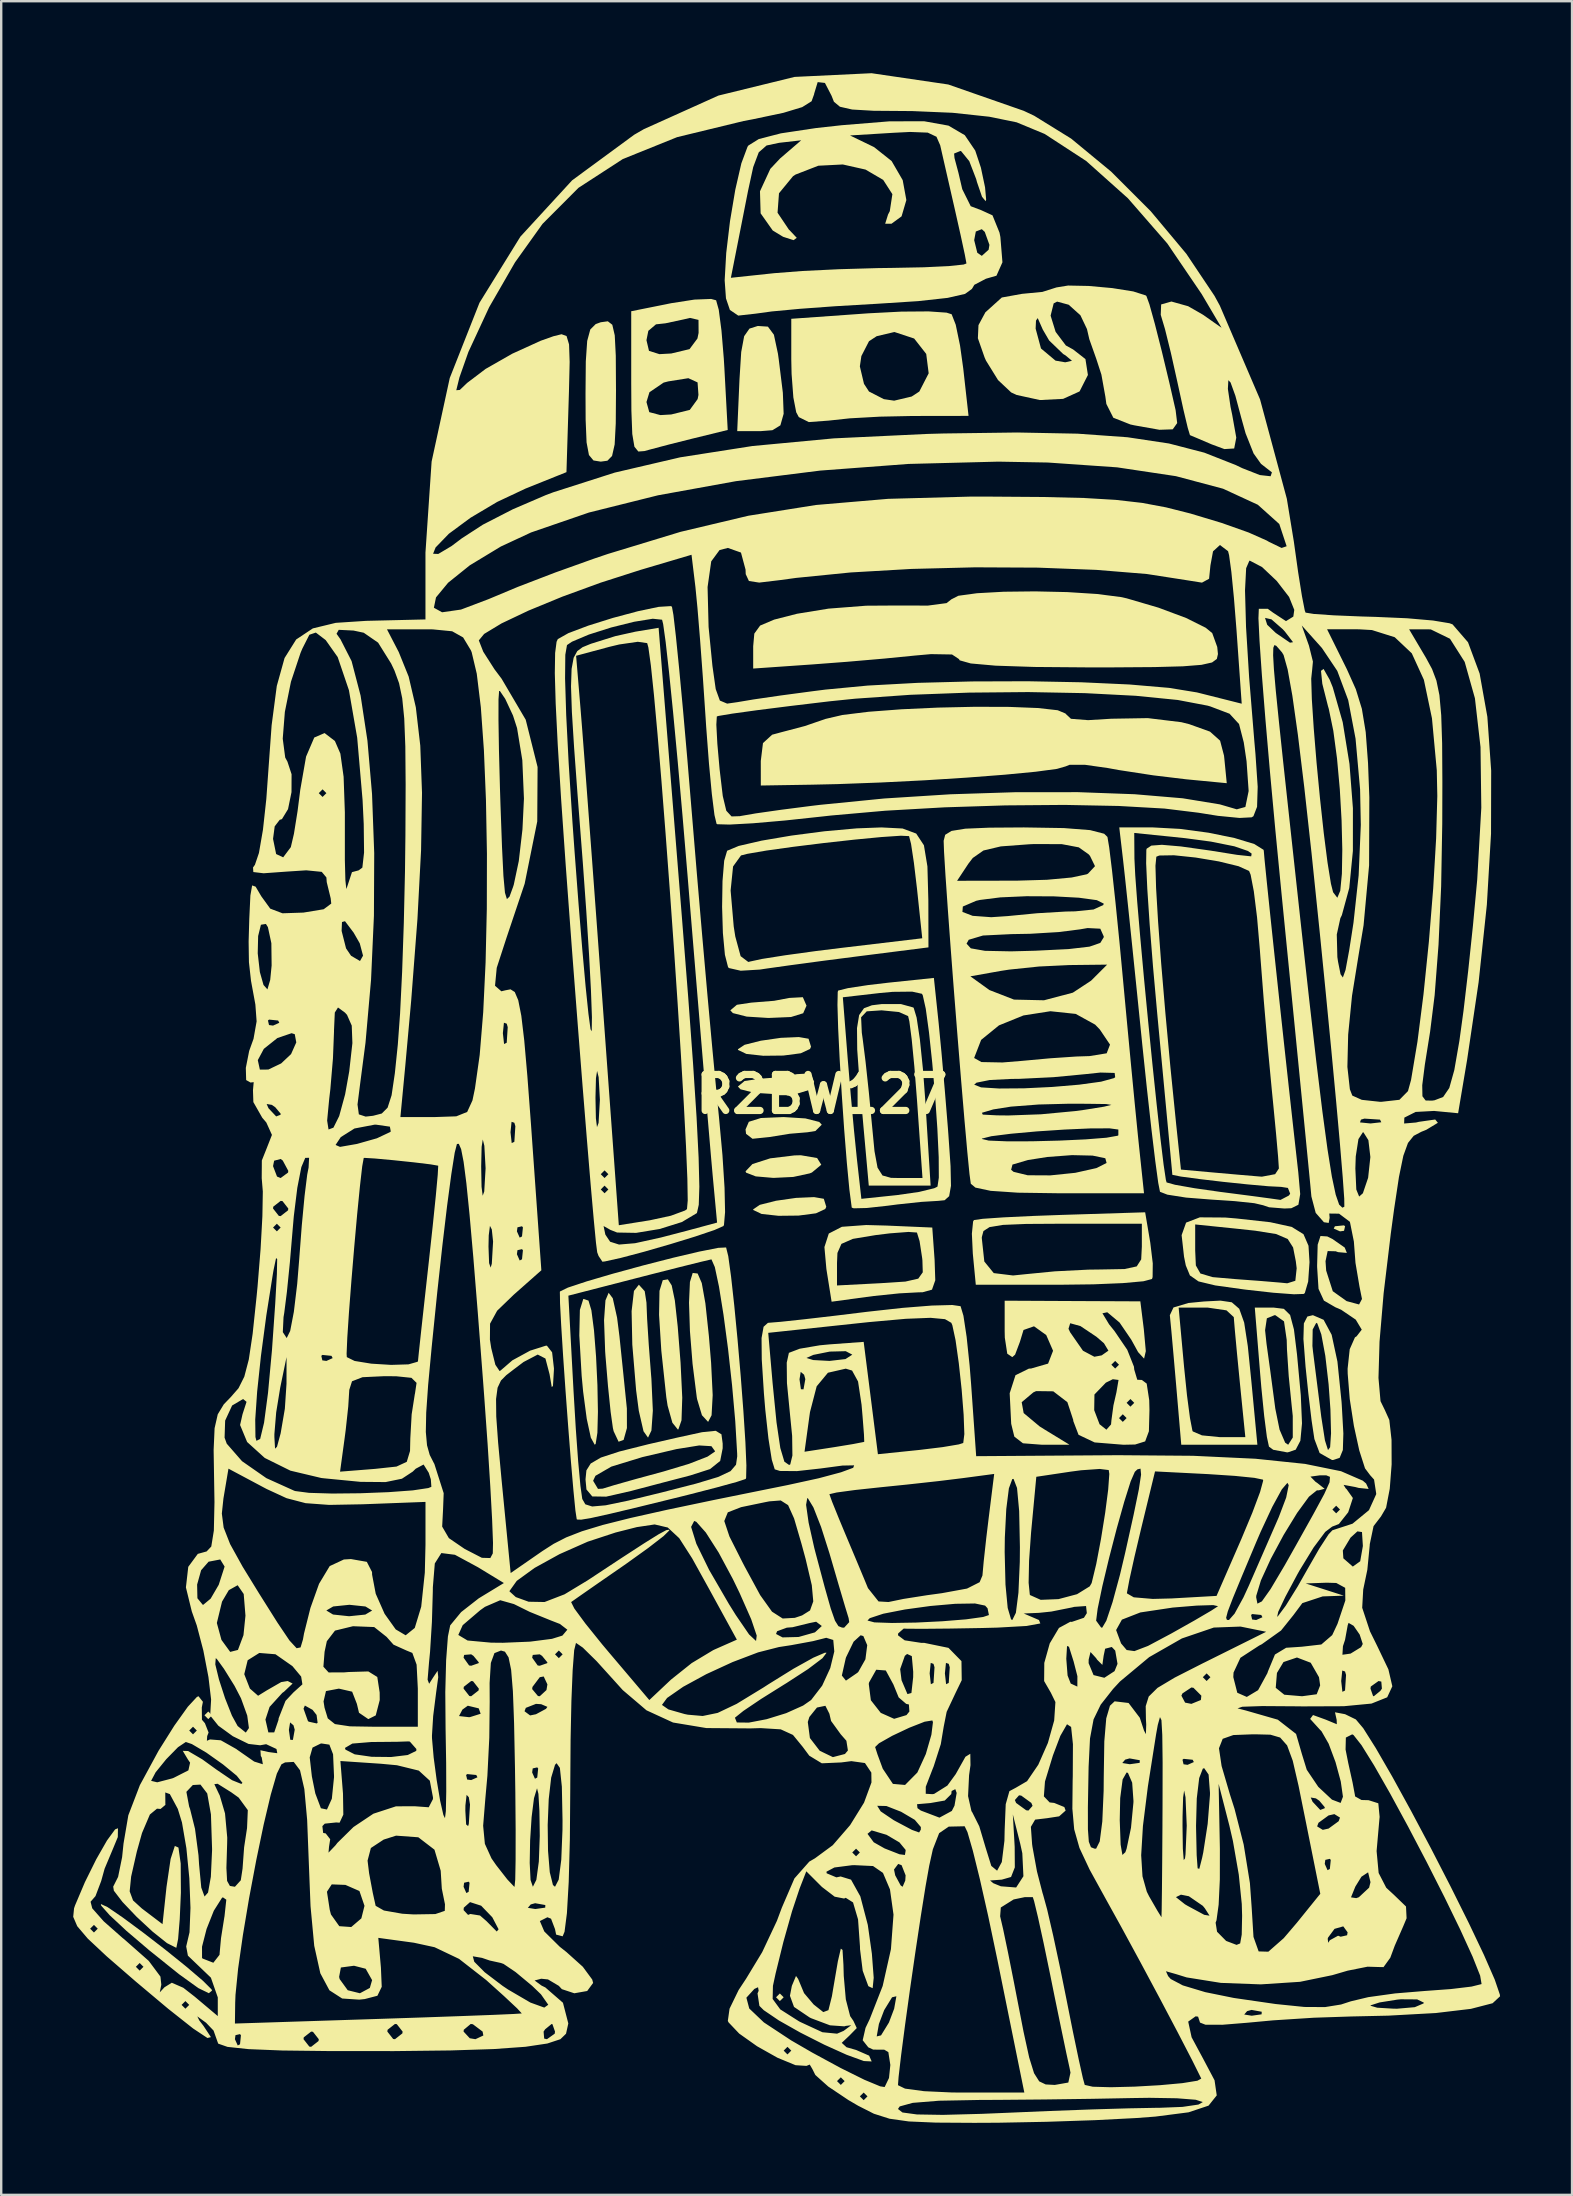
<source format=kicad_pcb>
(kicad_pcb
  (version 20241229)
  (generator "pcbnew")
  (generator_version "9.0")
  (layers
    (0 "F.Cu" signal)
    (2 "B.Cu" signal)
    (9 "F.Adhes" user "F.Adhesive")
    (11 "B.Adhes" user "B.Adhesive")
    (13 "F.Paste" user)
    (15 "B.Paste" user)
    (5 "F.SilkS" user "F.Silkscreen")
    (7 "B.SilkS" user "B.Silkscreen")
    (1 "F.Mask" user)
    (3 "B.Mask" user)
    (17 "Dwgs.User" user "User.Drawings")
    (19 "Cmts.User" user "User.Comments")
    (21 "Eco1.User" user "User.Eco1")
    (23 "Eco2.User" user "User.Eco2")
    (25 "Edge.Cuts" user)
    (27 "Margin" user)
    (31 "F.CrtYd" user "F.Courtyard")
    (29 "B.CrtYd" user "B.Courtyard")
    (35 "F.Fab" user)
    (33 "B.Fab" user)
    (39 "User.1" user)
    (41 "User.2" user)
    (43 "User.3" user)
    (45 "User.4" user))
  (footprint "R2BW127"
    (layer "F.Cu")
    (at 31.185 42.534)
    (property "Reference" "R2BW127" (at 0 0 0) (layer "F.SilkS") (effects (font (size 1.5 1.5) (thickness 0.3))))
    (attr board_only exclude_from_pos_files exclude_from_bom)
    (fp_poly (pts (xy -25.4 25.876) (xy -25.559 26.035) (xy -25.718 25.876) (xy -25.559 25.718)) (stroke (width 0) (type solid)) (fill yes) (layer "F.SilkS"))
    (fp_poly (pts (xy -1.587 37.624) (xy -1.746 37.782) (xy -1.905 37.624) (xy -1.746 37.465)) (stroke (width 0) (type solid)) (fill yes) (layer "F.SilkS"))
    (fp_poly (pts (xy 21.802 5.503) (xy 21.758 5.692) (xy 21.59 5.715) (xy 21.329 5.599) (xy 21.378 5.503) (xy 21.755 5.465)) (stroke (width 0) (type solid)) (fill yes) (layer "F.SilkS"))
    (fp_poly (pts (xy -0.635 -3.688) (xy -0.774 -3.372) (xy -1.28 -3.215) (xy -2.223 -3.175) (xy -3.128 -3.232) (xy -3.703 -3.378) (xy -3.81 -3.493) (xy -3.536 -3.724) (xy -2.937 -3.814) (xy -1.985 -3.89) (xy -1.349 -4.01) (xy -0.788 -4.04)) (stroke (width 0) (type solid)) (fill yes) (layer "F.SilkS"))
    (fp_poly (pts (xy -0.318 -0.513) (xy -0.456 -0.197) (xy -0.963 -0.04) (xy -1.905 0) (xy -2.811 -0.057) (xy -3.385 -0.203) (xy -3.493 -0.318) (xy -3.218 -0.549) (xy -2.619 -0.639) (xy -1.667 -0.715) (xy -1.032 -0.835) (xy -0.47 -0.865)) (stroke (width 0) (type solid)) (fill yes) (layer "F.SilkS"))
    (fp_poly (pts (xy -0.682 1.01) (xy -0.107 1.156) (xy 0 1.27) (xy -0.264 1.533) (xy -0.595 1.587) (xy -1.335 1.649) (xy -2.183 1.786) (xy -2.886 1.858) (xy -3.154 1.651) (xy -3.175 1.468) (xy -3.038 1.15) (xy -2.536 0.993) (xy -1.587 0.953)) (stroke (width 0) (type solid)) (fill yes) (layer "F.SilkS"))
    (fp_poly (pts (xy -0.55 -2.31) (xy -0.447 -1.977) (xy -0.49 -1.883) (xy -0.875 -1.704) (xy -1.602 -1.609) (xy -2.436 -1.6) (xy -3.142 -1.677) (xy -3.486 -1.842) (xy -3.493 -1.872) (xy -3.215 -2.057) (xy -2.541 -2.227) (xy -1.708 -2.347) (xy -0.956 -2.38)) (stroke (width 0) (type solid)) (fill yes) (layer "F.SilkS"))
    (fp_poly (pts (xy -0.194 2.66) (xy -0.02 2.939) (xy -0.409 3.262) (xy -0.502 3.3) (xy -1.188 3.448) (xy -2.016 3.488) (xy -2.75 3.425) (xy -3.153 3.269) (xy -3.175 3.212) (xy -2.888 2.911) (xy -2.148 2.673) (xy -1.136 2.551) (xy -0.873 2.544)) (stroke (width 0) (type solid)) (fill yes) (layer "F.SilkS"))
    (fp_poly (pts (xy 0.085 4.358) (xy 0.188 4.691) (xy 0.145 4.784) (xy -0.24 4.963) (xy -0.967 5.058) (xy -1.801 5.067) (xy -2.507 4.99) (xy -2.851 4.826) (xy -2.857 4.796) (xy -2.58 4.61) (xy -1.906 4.44) (xy -1.073 4.321) (xy -0.321 4.288)) (stroke (width 0) (type solid)) (fill yes) (layer "F.SilkS"))
    (fp_poly (pts (xy -2.243 -31.976) (xy -1.994 -31.64) (xy -1.825 -30.847) (xy -1.792 -30.611) (xy -1.621 -29.223) (xy -1.588 -28.346) (xy -1.724 -27.864) (xy -2.057 -27.661) (xy -2.555 -27.622) (xy -3.522 -27.622) (xy -3.428 -29.766) (xy -3.356 -30.917) (xy -3.233 -31.578) (xy -3.012 -31.894) (xy -2.665 -32.004)) (stroke (width 0) (type solid)) (fill yes) (layer "F.SilkS"))
    (fp_poly (pts (xy -9.719 8.599) (xy -9.597 9.005) (xy -9.489 9.838) (xy -9.403 10.932) (xy -9.346 12.12) (xy -9.325 13.233) (xy -9.347 14.106) (xy -9.42 14.57) (xy -9.458 14.605) (xy -9.62 14.311) (xy -9.791 13.525) (xy -9.942 12.386) (xy -10.003 11.73) (xy -10.1 10.053) (xy -10.077 8.989) (xy -9.934 8.529)) (stroke (width 0) (type solid)) (fill yes) (layer "F.SilkS"))
    (fp_poly (pts (xy -7.376 8.208) (xy -7.303 8.683) (xy -7.276 9.358) (xy -7.207 10.444) (xy -7.109 11.718) (xy -7.097 11.858) (xy -7.037 13.187) (xy -7.096 14.013) (xy -7.238 14.308) (xy -7.426 14.043) (xy -7.622 13.191) (xy -7.734 12.336) (xy -7.893 10.434) (xy -7.922 9.042) (xy -7.824 8.197) (xy -7.62 7.938)) (stroke (width 0) (type solid)) (fill yes) (layer "F.SilkS"))
    (fp_poly (pts (xy -5.171 7.471) (xy -4.999 7.869) (xy -4.848 8.715) (xy -4.702 10.08) (xy -4.61 11.192) (xy -4.544 12.536) (xy -4.59 13.377) (xy -4.735 13.652) (xy -4.992 13.375) (xy -5.195 12.7) (xy -5.208 12.621) (xy -5.383 11.232) (xy -5.492 9.869) (xy -5.53 8.683) (xy -5.492 7.825) (xy -5.377 7.448)) (stroke (width 0) (type solid)) (fill yes) (layer "F.SilkS"))
    (fp_poly (pts (xy -29.755 33.867) (xy -29.125 34.297) (xy -28.277 34.924) (xy -27.348 35.641) (xy -26.473 36.346) (xy -25.787 36.931) (xy -25.425 37.291) (xy -25.4 37.342) (xy -25.535 37.454) (xy -25.974 37.24) (xy -26.772 36.665) (xy -27.982 35.695) (xy -28.028 35.657) (xy -28.971 34.853) (xy -29.668 34.203) (xy -30.018 33.807) (xy -30.034 33.738)) (stroke (width 0) (type solid)) (fill yes) (layer "F.SilkS"))
    (fp_poly (pts (xy -6.252 7.966) (xy -6.121 8.591) (xy -6.001 9.68) (xy -5.882 11.192) (xy -5.812 12.645) (xy -5.843 13.588) (xy -5.974 13.965) (xy -5.996 13.97) (xy -6.223 13.688) (xy -6.422 12.977) (xy -6.477 12.621) (xy -6.684 10.69) (xy -6.778 9.194) (xy -6.76 8.194) (xy -6.625 7.753) (xy -6.62 7.749) (xy -6.411 7.715)) (stroke (width 0) (type solid)) (fill yes) (layer "F.SilkS"))
    (fp_poly (pts (xy -8.707 8.502) (xy -8.527 9.31) (xy -8.429 10.081) (xy -8.298 11.344) (xy -8.174 12.558) (xy -8.119 13.097) (xy -8.117 13.91) (xy -8.255 14.403) (xy -8.464 14.479) (xy -8.671 14.04) (xy -8.702 13.904) (xy -8.795 13.24) (xy -8.906 12.16) (xy -9.012 10.884) (xy -9.024 10.716) (xy -9.07 9.414) (xy -9.011 8.589) (xy -8.879 8.274)) (stroke (width 0) (type solid)) (fill yes) (layer "F.SilkS"))
    (fp_poly (pts (xy -8.726 -32.054) (xy -8.624 -31.613) (xy -8.581 -30.765) (xy -8.573 -29.397) (xy -8.572 -29.339) (xy -8.582 -27.945) (xy -8.628 -27.068) (xy -8.736 -26.589) (xy -8.93 -26.39) (xy -9.207 -26.352) (xy -9.511 -26.401) (xy -9.699 -26.627) (xy -9.798 -27.152) (xy -9.837 -28.098) (xy -9.842 -29.173) (xy -9.83 -30.531) (xy -9.772 -31.382) (xy -9.643 -31.858) (xy -9.415 -32.085) (xy -9.207 -32.159) (xy -8.912 -32.199)) (stroke (width 0) (type solid)) (fill yes) (layer "F.SilkS"))
    (fp_poly (pts (xy 2.699 5.474) (xy 4.604 5.556) (xy 4.701 6.906) (xy 4.729 7.753) (xy 4.592 8.144) (xy 4.202 8.252) (xy 4.031 8.255) (xy 3.234 8.298) (xy 2.176 8.407) (xy 1.837 8.451) (xy 0.41 8.646) (xy 0.193 7.286) (xy 0.17 7.031) (xy 0.635 7.031) (xy 0.635 7.969) (xy 2.461 7.874) (xy 3.485 7.807) (xy 4.02 7.685) (xy 4.208 7.42) (xy 4.193 6.925) (xy 4.183 6.829) (xy 4.075 6.12) (xy 3.965 5.764) (xy 3.613 5.739) (xy 2.837 5.798) (xy 2.243 5.871) (xy 1.295 6.028) (xy 0.819 6.237) (xy 0.653 6.614) (xy 0.635 7.031) (xy 0.17 7.031) (xy 0.111 6.369) (xy 0.293 5.806) (xy 0.839 5.525) (xy 1.853 5.451)) (stroke (width 0) (type solid)) (fill yes) (layer "F.SilkS"))
    (fp_poly (pts (xy 5.199 -32.559) (xy 5.411 -32.492) (xy 5.581 -32.056) (xy 5.761 -31.188) (xy 5.893 -30.242) (xy 6.115 -28.258) (xy 3.772 -28.254) (xy 2.426 -28.226) (xy 1.168 -28.156) (xy 0.285 -28.061) (xy -0.539 -28) (xy -0.956 -28.207) (xy -1.064 -28.408) (xy -1.183 -29.024) (xy -1.257 -30.002) (xy -1.264 -30.321) (xy 1.587 -30.321) (xy 1.759 -29.593) (xy 1.968 -29.273) (xy 2.587 -28.955) (xy 3.016 -28.892) (xy 3.745 -29.064) (xy 4.064 -29.273) (xy 4.454 -30.032) (xy 4.352 -30.839) (xy 3.849 -31.481) (xy 3.034 -31.75) (xy 3.016 -31.75) (xy 2.288 -31.578) (xy 1.968 -31.369) (xy 1.65 -30.75) (xy 1.587 -30.321) (xy -1.264 -30.321) (xy -1.27 -30.624) (xy -1.27 -32.303) (xy 1.941 -32.531) (xy 3.314 -32.602) (xy 4.45 -32.611)) (stroke (width 0) (type solid)) (fill yes) (layer "F.SilkS"))
    (fp_poly (pts (xy 20.908 9.4) (xy 21.242 10.022) (xy 21.483 11.14) (xy 21.655 12.821) (xy 21.663 12.938) (xy 21.73 14.132) (xy 21.709 14.825) (xy 21.576 15.15) (xy 21.309 15.239) (xy 21.255 15.24) (xy 20.742 14.95) (xy 20.523 14.367) (xy 20.407 13.595) (xy 20.27 12.455) (xy 20.155 11.351) (xy 20.089 10.489) (xy 20.441 10.489) (xy 20.465 10.716) (xy 20.602 11.797) (xy 20.762 13.059) (xy 20.81 13.443) (xy 20.963 14.424) (xy 21.09 14.827) (xy 21.179 14.708) (xy 21.217 14.124) (xy 21.191 13.132) (xy 21.115 12.083) (xy 20.978 10.9) (xy 20.811 10.007) (xy 20.646 9.553) (xy 20.601 9.525) (xy 20.452 9.802) (xy 20.441 10.489) (xy 20.089 10.489) (xy 20.066 10.202) (xy 20.085 9.55) (xy 20.231 9.263) (xy 20.461 9.207)) (stroke (width 0) (type solid)) (fill yes) (layer "F.SilkS"))
    (fp_poly (pts (xy 17.081 8.67) (xy 17.393 8.941) (xy 17.598 9.516) (xy 17.749 10.496) (xy 17.899 11.98) (xy 17.945 12.462) (xy 18.148 14.605) (xy 16.562 14.605) (xy 14.977 14.605) (xy 14.766 12.144) (xy 14.658 10.905) (xy 14.566 9.879) (xy 14.506 9.259) (xy 14.501 9.207) (xy 14.651 8.89) (xy 14.868 8.89) (xy 15.093 11.351) (xy 15.216 12.548) (xy 15.34 13.492) (xy 15.44 14.011) (xy 15.456 14.049) (xy 15.838 14.214) (xy 16.573 14.287) (xy 16.62 14.287) (xy 17.646 14.287) (xy 17.415 11.986) (xy 17.299 10.8) (xy 17.21 9.841) (xy 17.166 9.305) (xy 17.165 9.287) (xy 16.86 9.006) (xy 16.076 8.891) (xy 16.007 8.89) (xy 14.868 8.89) (xy 14.651 8.89) (xy 14.653 8.886) (xy 15.272 8.7) (xy 15.926 8.636) (xy 16.61 8.601)) (stroke (width 0) (type solid)) (fill yes) (layer "F.SilkS"))
    (fp_poly (pts (xy 19.251 8.943) (xy 19.511 9.198) (xy 19.671 9.801) (xy 19.799 10.842) (xy 19.957 12.546) (xy 20.007 13.714) (xy 19.939 14.439) (xy 19.744 14.811) (xy 19.414 14.922) (xy 19.386 14.922) (xy 18.809 14.815) (xy 18.631 14.684) (xy 18.544 14.279) (xy 18.431 13.4) (xy 18.312 12.208) (xy 18.266 11.668) (xy 18.117 9.832) (xy 18.469 9.832) (xy 18.529 10.398) (xy 18.68 11.487) (xy 18.848 12.746) (xy 18.894 13.097) (xy 19.072 13.975) (xy 19.306 14.519) (xy 19.431 14.605) (xy 19.623 14.304) (xy 19.622 13.408) (xy 19.573 12.938) (xy 19.454 11.748) (xy 19.381 10.638) (xy 19.37 10.239) (xy 19.258 9.466) (xy 18.897 9.208) (xy 18.863 9.207) (xy 18.543 9.338) (xy 18.469 9.832) (xy 18.117 9.832) (xy 18.04 8.89) (xy 18.818 8.89)) (stroke (width 0) (type solid)) (fill yes) (layer "F.SilkS"))
    (fp_poly (pts (xy 13.687 6.191) (xy 13.79 7.048) (xy 13.783 7.622) (xy 13.758 7.699) (xy 13.402 7.794) (xy 12.544 7.871) (xy 11.318 7.922) (xy 10.016 7.938) (xy 6.417 7.938) (xy 6.293 6.644) (xy 6.263 6.007) (xy 6.668 6.007) (xy 6.772 6.971) (xy 7.165 7.454) (xy 7.97 7.553) (xy 8.506 7.498) (xy 9.716 7.38) (xy 11.101 7.31) (xy 11.633 7.303) (xy 12.615 7.285) (xy 13.121 7.175) (xy 13.308 6.882) (xy 13.335 6.35) (xy 13.335 5.397) (xy 10.001 5.397) (xy 8.512 5.406) (xy 7.546 5.446) (xy 6.991 5.537) (xy 6.736 5.701) (xy 6.668 5.956) (xy 6.668 6.007) (xy 6.263 6.007) (xy 6.254 5.813) (xy 6.305 5.303) (xy 6.341 5.244) (xy 6.709 5.192) (xy 7.576 5.132) (xy 8.803 5.073) (xy 9.993 5.03) (xy 13.473 4.921)) (stroke (width 0) (type solid)) (fill yes) (layer "F.SilkS"))
    (fp_poly (pts (xy -4.179 14.17) (xy -4.128 14.553) (xy -4.128 14.752) (xy -4.232 15.279) (xy -4.653 15.618) (xy -5.477 15.883) (xy -6.634 16.185) (xy -7.759 16.481) (xy -7.938 16.529) (xy -8.983 16.767) (xy -9.561 16.758) (xy -9.803 16.468) (xy -9.837 16.106) (xy -9.525 16.106) (xy -9.322 16.444) (xy -9.128 16.434) (xy -8.636 16.284) (xy -7.726 16.027) (xy -6.595 15.72) (xy -6.588 15.718) (xy -5.528 15.399) (xy -4.761 15.101) (xy -4.446 14.885) (xy -4.445 14.875) (xy -4.596 14.665) (xy -5.106 14.634) (xy -6.055 14.787) (xy -7.475 15.12) (xy -8.767 15.516) (xy -9.429 15.899) (xy -9.525 16.106) (xy -9.837 16.106) (xy -9.842 16.046) (xy -9.805 15.673) (xy -9.625 15.386) (xy -9.202 15.139) (xy -8.432 14.887) (xy -7.214 14.581) (xy -6.032 14.31) (xy -4.987 14.082) (xy -4.418 14.024)) (stroke (width 0) (type solid)) (fill yes) (layer "F.SilkS"))
    (fp_poly (pts (xy 3.302 -3.753) (xy 3.809 -3.613) (xy 3.83 -3.595) (xy 3.952 -3.19) (xy 4.087 -2.289) (xy 4.216 -1.033) (xy 4.311 0.238) (xy 4.535 3.81) (xy 3.247 3.81) (xy 1.959 3.81) (xy 1.737 1.349) (xy 1.572 -0.525) (xy 1.477 -1.861) (xy 1.468 -2.753) (xy 1.542 -3.203) (xy 1.639 -3.203) (xy 1.668 -2.563) (xy 1.705 -2.302) (xy 1.823 -1.367) (xy 1.961 -0.085) (xy 2.083 1.191) (xy 2.197 2.375) (xy 2.324 3.062) (xy 2.53 3.387) (xy 2.885 3.486) (xy 3.241 3.493) (xy 4.196 3.493) (xy 3.967 0.238) (xy 3.858 -1.144) (xy 3.747 -2.284) (xy 3.649 -3.037) (xy 3.597 -3.254) (xy 3.211 -3.423) (xy 2.493 -3.493) (xy 1.873 -3.451) (xy 1.639 -3.203) (xy 1.542 -3.203) (xy 1.557 -3.295) (xy 1.759 -3.58) (xy 2.089 -3.704) (xy 2.501 -3.754)) (stroke (width 0) (type solid)) (fill yes) (layer "F.SilkS"))
    (fp_poly (pts (xy 16.811 5.139) (xy 17.273 5.178) (xy 18.684 5.334) (xy 19.577 5.529) (xy 20.069 5.833) (xy 20.278 6.315) (xy 20.32 7) (xy 20.264 7.807) (xy 20.125 8.283) (xy 20.082 8.322) (xy 19.67 8.336) (xy 18.809 8.272) (xy 17.677 8.145) (xy 17.568 8.131) (xy 16.391 7.967) (xy 15.696 7.8) (xy 15.337 7.55) (xy 15.166 7.136) (xy 15.092 6.77) (xy 15.063 6.507) (xy 15.557 6.507) (xy 15.585 7.136) (xy 15.774 7.47) (xy 16.285 7.622) (xy 17.224 7.703) (xy 18.275 7.781) (xy 19.111 7.851) (xy 19.392 7.879) (xy 19.729 7.774) (xy 19.785 7.253) (xy 19.749 6.96) (xy 19.636 6.386) (xy 19.412 6.034) (xy 18.932 5.827) (xy 18.054 5.687) (xy 17.224 5.598) (xy 15.557 5.427) (xy 15.557 6.507) (xy 15.063 6.507) (xy 14.992 5.873) (xy 15.178 5.351) (xy 15.751 5.131)) (stroke (width 0) (type solid)) (fill yes) (layer "F.SilkS"))
    (fp_poly (pts (xy 7.813 -16.134) (xy 9.006 -16.087) (xy 9.83 -15.995) (xy 10.159 -15.857) (xy 10.16 -15.847) (xy 10.382 -15.638) (xy 11.094 -15.582) (xy 12.056 -15.641) (xy 13.582 -15.667) (xy 14.981 -15.497) (xy 15.311 -15.414) (xy 16.174 -15.104) (xy 16.595 -14.727) (xy 16.758 -14.105) (xy 16.771 -13.986) (xy 16.872 -12.956) (xy 15.183 -13.118) (xy 13.812 -13.283) (xy 12.373 -13.504) (xy 11.906 -13.589) (xy 10.973 -13.721) (xy 10.326 -13.722) (xy 10.16 -13.656) (xy 9.799 -13.552) (xy 8.918 -13.434) (xy 7.628 -13.31) (xy 6.044 -13.188) (xy 4.279 -13.076) (xy 2.445 -12.984) (xy 0.658 -12.918) (xy -0.396 -12.894) (xy -2.539 -12.859) (xy -2.54 -13.885) (xy -2.449 -14.627) (xy -2.067 -14.976) (xy -1.667 -15.084) (xy -0.706 -15.337) (xy 0.159 -15.634) (xy 0.849 -15.796) (xy 1.946 -15.931) (xy 3.32 -16.035) (xy 4.841 -16.105) (xy 6.382 -16.139)) (stroke (width 0) (type solid)) (fill yes) (layer "F.SilkS"))
    (fp_poly (pts (xy 10.231 -20.917) (xy 11.469 -20.838) (xy 12.452 -20.712) (xy 12.7 -20.658) (xy 14.026 -20.269) (xy 15.181 -19.838) (xy 15.996 -19.431) (xy 16.267 -19.209) (xy 16.476 -18.631) (xy 16.505 -18.336) (xy 16.459 -18.132) (xy 16.259 -17.985) (xy 15.816 -17.886) (xy 15.045 -17.825) (xy 13.856 -17.793) (xy 12.164 -17.781) (xy 11.113 -17.78) (xy 8.871 -17.798) (xy 7.243 -17.852) (xy 6.208 -17.944) (xy 5.746 -18.074) (xy 5.715 -18.127) (xy 5.427 -18.318) (xy 4.551 -18.333) (xy 3.889 -18.274) (xy 2.612 -18.148) (xy 1.049 -18.013) (xy -0.397 -17.903) (xy -2.857 -17.732) (xy -2.857 -18.658) (xy -2.81 -19.188) (xy -2.568 -19.522) (xy -1.985 -19.77) (xy -1.032 -20.014) (xy 0.28 -20.228) (xy 1.848 -20.35) (xy 3.096 -20.358) (xy 4.423 -20.355) (xy 5.2 -20.458) (xy 5.397 -20.614) (xy 5.69 -20.764) (xy 6.467 -20.87) (xy 7.582 -20.932) (xy 8.886 -20.947)) (stroke (width 0) (type solid)) (fill yes) (layer "F.SilkS"))
    (fp_poly (pts (xy -4.401 -33.074) (xy -4.291 -32.678) (xy -4.178 -31.812) (xy -4.081 -30.642) (xy -4.058 -30.266) (xy -3.918 -27.671) (xy -5.372 -27.315) (xy -6.371 -27.064) (xy -7.176 -26.851) (xy -7.382 -26.793) (xy -7.641 -26.773) (xy -7.805 -26.973) (xy -7.894 -27.503) (xy -7.931 -28.472) (xy -7.933 -28.835) (xy -7.303 -28.835) (xy -7.186 -28.414) (xy -6.723 -28.291) (xy -6.271 -28.317) (xy -5.499 -28.507) (xy -5.171 -28.958) (xy -5.137 -29.131) (xy -5.174 -29.653) (xy -5.558 -29.828) (xy -6.394 -29.695) (xy -6.588 -29.645) (xy -7.179 -29.243) (xy -7.303 -28.835) (xy -7.933 -28.835) (xy -7.938 -29.623) (xy -7.938 -31.412) (xy -7.303 -31.412) (xy -7.198 -30.967) (xy -6.764 -30.83) (xy -6.271 -30.857) (xy -5.509 -31.039) (xy -5.179 -31.483) (xy -5.131 -31.715) (xy -5.135 -32.257) (xy -5.489 -32.339) (xy -5.766 -32.275) (xy -6.512 -32.115) (xy -6.906 -32.072) (xy -7.225 -31.802) (xy -7.303 -31.412) (xy -7.938 -31.412) (xy -7.938 -32.618) (xy -6.271 -32.953) (xy -5.304 -33.103) (xy -4.61 -33.13)) (stroke (width 0) (type solid)) (fill yes) (layer "F.SilkS"))
    (fp_poly (pts (xy 3.367 -11.068) (xy 3.934 -10.858) (xy 4.256 -10.369) (xy 4.402 -9.487) (xy 4.44 -8.098) (xy 4.441 -7.9) (xy 4.445 -6.116) (xy 1.508 -5.743) (xy 0.057 -5.556) (xy -1.292 -5.375) (xy -2.316 -5.231) (xy -2.579 -5.191) (xy -3.376 -5.143) (xy -3.866 -5.254) (xy -3.904 -5.293) (xy -4.035 -5.808) (xy -4.119 -6.713) (xy -4.152 -7.805) (xy -4.141 -8.484) (xy -3.797 -8.484) (xy -3.668 -6.988) (xy -3.603 -6.571) (xy -3.38 -5.749) (xy -3.061 -5.508) (xy -2.971 -5.53) (xy -2.489 -5.634) (xy -1.529 -5.786) (xy -0.244 -5.963) (xy 0.824 -6.095) (xy 4.186 -6.495) (xy 3.967 -8.565) (xy 3.839 -9.638) (xy 3.72 -10.427) (xy 3.637 -10.751) (xy 3.295 -10.767) (xy 2.482 -10.712) (xy 1.357 -10.604) (xy 0.078 -10.462) (xy -1.197 -10.304) (xy -2.308 -10.149) (xy -3.099 -10.013) (xy -3.364 -9.946) (xy -3.695 -9.487) (xy -3.797 -8.484) (xy -4.141 -8.484) (xy -4.135 -8.878) (xy -4.065 -9.726) (xy -3.943 -10.141) (xy -3.46 -10.342) (xy -2.512 -10.561) (xy -1.265 -10.773) (xy 0.114 -10.953) (xy 1.458 -11.074) (xy 2.484 -11.113)) (stroke (width 0) (type solid)) (fill yes) (layer "F.SilkS"))
    (fp_poly (pts (xy 4.868 -2.977) (xy 4.987 -1.741) (xy 5.125 -0.177) (xy 5.255 1.411) (xy 5.274 1.667) (xy 5.366 2.997) (xy 5.383 3.817) (xy 5.307 4.25) (xy 5.118 4.418) (xy 4.85 4.445) (xy 4.153 4.487) (xy 3.151 4.594) (xy 2.743 4.647) (xy 1.874 4.742) (xy 1.334 4.755) (xy 1.249 4.726) (xy 1.151 3.978) (xy 1.044 2.848) (xy 0.934 1.474) (xy 0.832 -0.008) (xy 0.746 -1.459) (xy 0.683 -2.742) (xy 0.654 -3.72) (xy 0.661 -4.037) (xy 0.878 -4.037) (xy 1.082 -1.463) (xy 1.207 0.02) (xy 1.342 1.499) (xy 1.461 2.671) (xy 1.468 2.736) (xy 1.65 4.36) (xy 3.127 4.205) (xy 4.05 4.073) (xy 4.687 3.918) (xy 4.821 3.851) (xy 4.877 3.476) (xy 4.872 2.621) (xy 4.816 1.438) (xy 4.722 0.077) (xy 4.602 -1.31) (xy 4.468 -2.572) (xy 4.333 -3.559) (xy 4.208 -4.119) (xy 4.173 -4.182) (xy 3.764 -4.272) (xy 2.951 -4.263) (xy 2.424 -4.215) (xy 0.878 -4.037) (xy 0.661 -4.037) (xy 0.665 -4.256) (xy 0.683 -4.316) (xy 1.093 -4.418) (xy 1.934 -4.546) (xy 2.785 -4.646) (xy 4.671 -4.843)) (stroke (width 0) (type solid)) (fill yes) (layer "F.SilkS"))
    (fp_poly (pts (xy 11.116 -33.671) (xy 12.102 -33.582) (xy 12.976 -33.443) (xy 13.494 -33.278) (xy 13.524 -33.254) (xy 13.65 -32.907) (xy 13.877 -32.089) (xy 14.167 -30.947) (xy 14.483 -29.63) (xy 14.742 -28.496) (xy 14.807 -27.958) (xy 14.621 -27.698) (xy 14.068 -27.679) (xy 13.031 -27.863) (xy 12.859 -27.9) (xy 12.147 -28.18) (xy 11.856 -28.756) (xy 11.816 -29.053) (xy 11.65 -29.977) (xy 11.435 -30.639) (xy 11.146 -31.454) (xy 11.049 -31.875) (xy 10.775 -32.45) (xy 10.286 -32.889) (xy 9.805 -33.019) (xy 9.661 -32.944) (xy 9.534 -32.434) (xy 9.743 -31.758) (xy 10.169 -31.192) (xy 10.474 -31.024) (xy 10.985 -30.625) (xy 11.088 -29.962) (xy 10.746 -29.288) (xy 10.732 -29.273) (xy 10.055 -28.967) (xy 9.087 -28.918) (xy 8.118 -29.13) (xy 7.89 -29.236) (xy 7.343 -29.751) (xy 6.84 -30.564) (xy 6.783 -30.694) (xy 6.504 -31.492) (xy 6.522 -31.893) (xy 8.91 -31.893) (xy 9.133 -31.067) (xy 9.738 -30.56) (xy 10.144 -30.49) (xy 10.424 -30.554) (xy 10.149 -30.782) (xy 10.06 -30.834) (xy 9.473 -31.399) (xy 9.207 -31.856) (xy 8.997 -32.332) (xy 8.925 -32.228) (xy 8.91 -31.893) (xy 6.522 -31.893) (xy 6.529 -32.039) (xy 6.817 -32.574) (xy 7.501 -33.19) (xy 8.342 -33.342) (xy 9.19 -33.423) (xy 9.78 -33.61) (xy 10.26 -33.688)) (stroke (width 0) (type solid)) (fill yes) (layer "F.SilkS"))
    (fp_poly (pts (xy -3.895 6.749) (xy -3.778 7.601) (xy -3.645 8.808) (xy -3.507 10.236) (xy -3.376 11.751) (xy -3.264 13.217) (xy -3.181 14.5) (xy -3.14 15.467) (xy -3.151 15.982) (xy -3.168 16.03) (xy -3.542 16.154) (xy -4.375 16.383) (xy -5.508 16.675) (xy -5.883 16.769) (xy -7.614 17.194) (xy -8.82 17.482) (xy -9.591 17.653) (xy -10.019 17.726) (xy -10.192 17.721) (xy -10.208 17.707) (xy -10.263 17.348) (xy -10.347 16.496) (xy -10.451 15.287) (xy -10.563 13.86) (xy -10.675 12.351) (xy -10.776 10.897) (xy -10.855 9.637) (xy -10.904 8.706) (xy -10.908 8.394) (xy -10.556 8.394) (xy -10.341 12.373) (xy -10.247 13.938) (xy -10.148 15.301) (xy -10.054 16.32) (xy -9.979 16.855) (xy -9.975 16.868) (xy -9.85 17.087) (xy -9.564 17.177) (xy -9.002 17.128) (xy -8.051 16.93) (xy -6.659 16.59) (xy -5.235 16.224) (xy -4.319 15.948) (xy -3.801 15.705) (xy -3.572 15.437) (xy -3.522 15.088) (xy -3.525 14.962) (xy -3.604 13.619) (xy -3.737 12.124) (xy -3.905 10.605) (xy -4.093 9.193) (xy -4.282 8.016) (xy -4.455 7.203) (xy -4.595 6.884) (xy -4.604 6.884) (xy -5.036 6.985) (xy -5.925 7.206) (xy -7.115 7.508) (xy -7.738 7.668) (xy -10.556 8.394) (xy -10.908 8.394) (xy -10.911 8.244) (xy -10.906 8.219) (xy -10.578 8.059) (xy -9.79 7.798) (xy -8.696 7.477) (xy -7.447 7.136) (xy -6.199 6.816) (xy -5.103 6.558) (xy -4.314 6.402) (xy -3.985 6.386)) (stroke (width 0) (type solid)) (fill yes) (layer "F.SilkS"))
    (fp_poly (pts (xy 10.446 8.618) (xy 13.272 8.631) (xy 13.417 9.792) (xy 13.5 10.706) (xy 13.428 11.017) (xy 13.179 10.745) (xy 12.894 10.228) (xy 12.407 9.514) (xy 11.903 9.092) (xy 11.889 9.086) (xy 11.693 9.129) (xy 11.971 9.589) (xy 12.194 9.866) (xy 12.727 10.649) (xy 13.006 11.352) (xy 13.018 11.473) (xy 13.144 11.897) (xy 13.335 11.906) (xy 13.537 12.057) (xy 13.642 12.748) (xy 13.652 13.158) (xy 13.629 14.043) (xy 13.473 14.465) (xy 13.056 14.595) (xy 12.567 14.605) (xy 11.368 14.508) (xy 10.698 14.191) (xy 10.478 13.615) (xy 10.477 13.574) (xy 10.343 13.165) (xy 11.35 13.165) (xy 11.573 13.751) (xy 11.858 13.978) (xy 12.052 13.759) (xy 12.069 13.573) (xy 12.08 13.494) (xy 12.383 13.494) (xy 12.541 13.652) (xy 12.7 13.494) (xy 12.541 13.335) (xy 12.383 13.494) (xy 12.08 13.494) (xy 12.151 12.967) (xy 12.176 12.859) (xy 12.7 12.859) (xy 12.859 13.018) (xy 13.018 12.859) (xy 12.859 12.7) (xy 12.7 12.859) (xy 12.176 12.859) (xy 12.275 12.426) (xy 12.364 11.905) (xy 12.125 11.875) (xy 11.836 12.018) (xy 11.36 12.511) (xy 11.35 13.165) (xy 10.343 13.165) (xy 10.232 12.831) (xy 9.644 12.379) (xy 8.931 12.37) (xy 8.815 12.423) (xy 8.329 12.832) (xy 8.411 13.285) (xy 9.079 13.843) (xy 9.287 13.973) (xy 10.319 14.603) (xy 9.164 14.604) (xy 8.382 14.544) (xy 8.023 14.267) (xy 7.892 13.732) (xy 7.829 12.459) (xy 8.071 11.707) (xy 8.631 11.433) (xy 8.719 11.43) (xy 9.268 11.271) (xy 12.065 11.271) (xy 12.224 11.43) (xy 12.383 11.271) (xy 12.224 11.113) (xy 12.065 11.271) (xy 9.268 11.271) (xy 9.429 11.225) (xy 9.636 10.69) (xy 9.352 10.036) (xy 8.988 9.774) (xy 10.279 9.774) (xy 10.349 9.922) (xy 10.882 10.688) (xy 11.356 10.939) (xy 11.661 10.882) (xy 11.942 10.685) (xy 11.756 10.376) (xy 11.444 10.107) (xy 10.777 9.661) (xy 10.35 9.543) (xy 10.279 9.774) (xy 8.988 9.774) (xy 8.842 9.67) (xy 8.405 9.824) (xy 8.255 10.319) (xy 8.054 10.851) (xy 7.938 10.954) (xy 7.728 10.812) (xy 7.626 10.143) (xy 7.62 9.877) (xy 7.62 8.604)) (stroke (width 0) (type solid)) (fill yes) (layer "F.SilkS"))
    (fp_poly (pts (xy 5.28 -40.35) (xy 5.959 -39.952) (xy 6.394 -39.31) (xy 6.63 -38.598) (xy 6.803 -37.78) (xy 6.848 -37.267) (xy 6.828 -37.202) (xy 6.677 -37.385) (xy 6.467 -37.996) (xy 6.433 -38.123) (xy 6.146 -38.869) (xy 5.809 -39.283) (xy 5.78 -39.296) (xy 5.513 -39.187) (xy 5.53 -39) (xy 5.695 -38.382) (xy 5.853 -37.703) (xy 6.206 -36.993) (xy 6.638 -36.83) (xy 7.113 -36.613) (xy 7.405 -35.892) (xy 7.441 -35.713) (xy 7.527 -34.657) (xy 7.278 -34.098) (xy 6.841 -33.972) (xy 6.357 -33.719) (xy 6.255 -33.547) (xy 5.969 -33.34) (xy 5.244 -33.174) (xy 4.016 -33.039) (xy 2.219 -32.923) (xy 2.172 -32.921) (xy 0.557 -32.826) (xy -0.918 -32.718) (xy -2.085 -32.609) (xy -2.763 -32.516) (xy -3.48 -32.436) (xy -3.827 -32.672) (xy -3.991 -33.153) (xy -4.045 -33.907) (xy -4.039 -34.011) (xy -3.786 -34.011) (xy -1.973 -34.204) (xy -0.815 -34.294) (xy 0.711 -34.368) (xy 2.341 -34.415) (xy 2.937 -34.423) (xy 4.251 -34.449) (xy 5.287 -34.498) (xy 5.91 -34.563) (xy 6.028 -34.608) (xy 5.96 -34.975) (xy 5.83 -35.579) (xy 6.35 -35.579) (xy 6.48 -35.053) (xy 6.668 -34.925) (xy 6.952 -35.181) (xy 6.985 -35.383) (xy 6.791 -35.923) (xy 6.668 -36.036) (xy 6.418 -35.939) (xy 6.35 -35.579) (xy 5.83 -35.579) (xy 5.786 -35.784) (xy 5.551 -36.83) (xy 5.285 -37.995) (xy 5.059 -38.984) (xy 4.935 -39.529) (xy 4.779 -39.887) (xy 4.415 -40.059) (xy 3.68 -40.087) (xy 2.984 -40.052) (xy 1.177 -39.941) (xy 2.18 -39.455) (xy 2.91 -38.875) (xy 3.372 -38.079) (xy 3.524 -37.25) (xy 3.325 -36.571) (xy 2.906 -36.264) (xy 2.642 -36.264) (xy 2.762 -36.648) (xy 2.834 -36.786) (xy 2.942 -37.495) (xy 2.559 -38.089) (xy 1.824 -38.519) (xy 0.877 -38.732) (xy -0.142 -38.68) (xy -1.092 -38.312) (xy -1.199 -38.241) (xy -1.782 -37.532) (xy -1.842 -36.722) (xy -1.367 -36.015) (xy -1.349 -36.002) (xy -1.041 -35.675) (xy -1.177 -35.579) (xy -1.61 -35.719) (xy -2.043 -35.982) (xy -2.547 -36.696) (xy -2.574 -37.615) (xy -2.143 -38.549) (xy -1.738 -38.981) (xy -0.857 -39.739) (xy -1.778 -39.634) (xy -2.299 -39.523) (xy -2.625 -39.238) (xy -2.856 -38.623) (xy -3.073 -37.624) (xy -3.306 -36.44) (xy -3.514 -35.386) (xy -3.617 -34.865) (xy -3.786 -34.011) (xy -4.039 -34.011) (xy -3.98 -35.045) (xy -3.823 -36.368) (xy -3.603 -37.678) (xy -3.35 -38.778) (xy -3.093 -39.469) (xy -3.058 -39.521) (xy -2.623 -39.791) (xy -1.703 -40.029) (xy -0.24 -40.249) (xy 0.836 -40.368) (xy 2.813 -40.529) (xy 4.263 -40.533)) (stroke (width 0) (type solid)) (fill yes) (layer "F.SilkS"))
    (fp_poly (pts (xy 14.922 -11.052) (xy 16.11 -10.893) (xy 17.198 -10.671) (xy 18.019 -10.422) (xy 18.405 -10.18) (xy 18.415 -10.14) (xy 18.448 -9.76) (xy 18.539 -8.858) (xy 18.676 -7.54) (xy 18.848 -5.917) (xy 19.043 -4.096) (xy 19.25 -2.186) (xy 19.457 -0.294) (xy 19.652 1.47) (xy 19.823 2.999) (xy 19.852 3.254) (xy 19.932 4.162) (xy 19.857 4.606) (xy 19.564 4.751) (xy 19.273 4.763) (xy 18.636 4.712) (xy 18.386 4.627) (xy 18.022 4.542) (xy 17.208 4.456) (xy 16.241 4.392) (xy 15.178 4.308) (xy 14.398 4.186) (xy 14.091 4.067) (xy 14.018 3.695) (xy 13.895 2.792) (xy 13.734 1.458) (xy 13.549 -0.205) (xy 13.35 -2.097) (xy 13.331 -2.286) (xy 13.127 -4.29) (xy 12.934 -6.167) (xy 12.765 -7.79) (xy 12.633 -9.032) (xy 12.552 -9.763) (xy 12.421 -10.883) (xy 13.018 -10.883) (xy 13.026 -9.807) (xy 13.06 -9.119) (xy 13.144 -7.985) (xy 13.27 -6.518) (xy 13.424 -4.83) (xy 13.597 -3.036) (xy 13.776 -1.249) (xy 13.951 0.418) (xy 14.11 1.853) (xy 14.242 2.941) (xy 14.336 3.569) (xy 14.366 3.677) (xy 14.719 3.775) (xy 15.532 3.918) (xy 16.63 4.075) (xy 16.69 4.082) (xy 17.816 4.228) (xy 18.682 4.344) (xy 19.106 4.404) (xy 19.111 4.405) (xy 19.459 4.223) (xy 19.514 4.147) (xy 19.42 3.906) (xy 19.136 3.862) (xy 18.61 3.836) (xy 17.737 3.758) (xy 16.71 3.651) (xy 15.718 3.534) (xy 14.954 3.431) (xy 14.609 3.361) (xy 14.605 3.356) (xy 14.577 3.041) (xy 14.497 2.187) (xy 14.375 0.888) (xy 14.22 -0.763) (xy 14.04 -2.674) (xy 13.98 -3.312) (xy 13.801 -5.303) (xy 13.66 -7.083) (xy 13.562 -8.553) (xy 13.519 -9.516) (xy 13.902 -9.516) (xy 13.928 -8.592) (xy 14.01 -7.206) (xy 14.141 -5.443) (xy 14.315 -3.387) (xy 14.525 -1.123) (xy 14.766 1.265) (xy 14.79 1.491) (xy 14.964 3.141) (xy 16.293 3.261) (xy 17.323 3.352) (xy 18.195 3.426) (xy 18.336 3.437) (xy 18.888 3.333) (xy 19.044 3.096) (xy 19.012 2.617) (xy 18.929 1.675) (xy 18.81 0.437) (xy 18.751 -0.159) (xy 18.587 -1.892) (xy 18.417 -3.878) (xy 18.272 -5.734) (xy 18.25 -6.032) (xy 18.135 -7.363) (xy 18 -8.451) (xy 17.867 -9.142) (xy 17.803 -9.298) (xy 17.363 -9.497) (xy 16.546 -9.696) (xy 15.576 -9.859) (xy 14.674 -9.953) (xy 14.062 -9.943) (xy 13.938 -9.893) (xy 13.902 -9.516) (xy 13.519 -9.516) (xy 13.514 -9.616) (xy 13.522 -10.175) (xy 13.536 -10.228) (xy 13.731 -10.356) (xy 14.171 -10.389) (xy 14.962 -10.321) (xy 16.205 -10.146) (xy 17.304 -9.97) (xy 17.89 -9.908) (xy 17.91 -10.022) (xy 17.754 -10.132) (xy 17.191 -10.326) (xy 16.215 -10.522) (xy 15.135 -10.666) (xy 13.018 -10.883) (xy 12.421 -10.883) (xy 12.395 -11.113) (xy 13.802 -11.113)) (stroke (width 0) (type solid)) (fill yes) (layer "F.SilkS"))
    (fp_poly (pts (xy -6.242 -20.31) (xy -6.18 -19.966) (xy -6.077 -19.074) (xy -5.94 -17.717) (xy -5.778 -15.979) (xy -5.599 -13.944) (xy -5.416 -11.748) (xy -5.205 -9.209) (xy -4.982 -6.614) (xy -4.761 -4.112) (xy -4.554 -1.85) (xy -4.376 0.022) (xy -4.283 0.949) (xy -4.137 2.539) (xy -4.05 3.901) (xy -4.028 4.912) (xy -4.074 5.449) (xy -4.097 5.494) (xy -4.467 5.658) (xy -5.265 5.928) (xy -6.306 6.248) (xy -7.404 6.565) (xy -8.375 6.822) (xy -9.031 6.967) (xy -9.138 6.98) (xy -9.299 6.739) (xy -9.355 6.588) (xy -9.406 6.193) (xy -9.498 5.235) (xy -9.61 3.969) (xy -9.207 3.969) (xy -9.049 4.128) (xy -8.89 3.969) (xy -9.049 3.81) (xy -9.207 3.969) (xy -9.61 3.969) (xy -9.626 3.785) (xy -9.664 3.334) (xy -9.207 3.334) (xy -9.049 3.493) (xy -8.89 3.334) (xy -9.049 3.175) (xy -9.207 3.334) (xy -9.664 3.334) (xy -9.782 1.914) (xy -9.924 0.159) (xy -9.427 0.159) (xy -9.41 1.002) (xy -9.364 1.373) (xy -9.298 1.196) (xy -9.243 0.231) (xy -9.295 -0.709) (xy -9.36 -0.97) (xy -9.407 -0.664) (xy -9.427 0.145) (xy -9.427 0.159) (xy -9.924 0.159) (xy -9.962 -0.307) (xy -10.159 -2.808) (xy -10.368 -5.518) (xy -10.419 -6.191) (xy -10.668 -9.555) (xy -10.861 -12.328) (xy -10.999 -14.555) (xy -11.085 -16.278) (xy -11.115 -17.32) (xy -10.694 -17.32) (xy -10.647 -15.798) (xy -10.544 -13.79) (xy -10.387 -11.345) (xy -10.297 -10.087) (xy -10.132 -7.919) (xy -9.976 -6.025) (xy -9.837 -4.477) (xy -9.72 -3.347) (xy -9.633 -2.705) (xy -9.584 -2.622) (xy -9.583 -2.63) (xy -9.575 -3.21) (xy -9.615 -4.311) (xy -9.695 -5.821) (xy -9.81 -7.629) (xy -9.953 -9.623) (xy -9.979 -9.961) (xy -10.174 -12.483) (xy -10.318 -14.445) (xy -10.41 -15.922) (xy -10.446 -16.988) (xy -10.422 -17.717) (xy -10.336 -18.183) (xy -10.292 -18.264) (xy -10.234 -18.264) (xy -10.048 -16.038) (xy -9.977 -15.15) (xy -9.868 -13.731) (xy -9.729 -11.883) (xy -9.566 -9.709) (xy -9.389 -7.312) (xy -9.204 -4.793) (xy -9.158 -4.176) (xy -8.455 5.46) (xy -7.164 5.254) (xy -6.289 5.065) (xy -5.697 4.847) (xy -5.615 4.789) (xy -5.584 4.43) (xy -5.599 3.526) (xy -5.656 2.16) (xy -5.747 0.421) (xy -5.866 -1.607) (xy -6.008 -3.837) (xy -6.166 -6.183) (xy -6.335 -8.558) (xy -6.508 -10.877) (xy -6.679 -13.053) (xy -6.842 -15.001) (xy -6.991 -16.633) (xy -7.12 -17.865) (xy -7.223 -18.609) (xy -7.273 -18.791) (xy -7.665 -18.847) (xy -8.438 -18.735) (xy -8.848 -18.637) (xy -10.234 -18.264) (xy -10.292 -18.264) (xy -10.185 -18.46) (xy -9.964 -18.622) (xy -9.672 -18.742) (xy -9.604 -18.768) (xy -8.604 -19.081) (xy -7.764 -19.268) (xy -6.797 -19.429) (xy -5.83 -7.413) (xy -5.564 -4.039) (xy -5.361 -1.262) (xy -5.216 0.956) (xy -5.13 2.649) (xy -5.1 3.855) (xy -5.124 4.609) (xy -5.2 4.947) (xy -5.209 4.958) (xy -5.828 5.327) (xy -6.751 5.616) (xy -7.733 5.778) (xy -8.525 5.764) (xy -8.806 5.653) (xy -9.09 5.493) (xy -9.018 5.839) (xy -9.01 5.859) (xy -8.817 6.147) (xy -8.445 6.265) (xy -7.778 6.209) (xy -6.703 5.972) (xy -5.611 5.687) (xy -4.361 5.35) (xy -4.544 3.39) (xy -4.615 2.594) (xy -4.729 1.259) (xy -4.88 -0.522) (xy -5.058 -2.657) (xy -5.257 -5.052) (xy -5.469 -7.615) (xy -5.586 -9.049) (xy -5.798 -11.565) (xy -6.003 -13.879) (xy -6.194 -15.915) (xy -6.364 -17.595) (xy -6.504 -18.845) (xy -6.608 -19.589) (xy -6.653 -19.766) (xy -7.04 -19.807) (xy -7.816 -19.681) (xy -8.773 -19.443) (xy -9.705 -19.147) (xy -10.407 -18.85) (xy -10.614 -18.71) (xy -10.684 -18.306) (xy -10.694 -17.32) (xy -11.115 -17.32) (xy -11.121 -17.539) (xy -11.108 -18.381) (xy -11.048 -18.847) (xy -10.996 -18.959) (xy -10.554 -19.208) (xy -9.726 -19.52) (xy -8.699 -19.842) (xy -7.66 -20.12) (xy -6.796 -20.302) (xy -6.292 -20.333)) (stroke (width 0) (type solid)) (fill yes) (layer "F.SilkS"))
    (fp_poly (pts (xy 10.087 -11.086) (xy 11.179 -11.001) (xy 11.765 -10.85) (xy 11.902 -10.716) (xy 11.975 -10.279) (xy 12.092 -9.324) (xy 12.239 -7.967) (xy 12.404 -6.321) (xy 12.521 -5.08) (xy 12.702 -3.143) (xy 12.88 -1.262) (xy 13.04 0.4) (xy 13.167 1.679) (xy 13.215 2.143) (xy 13.425 4.128) (xy 9.878 4.128) (xy 8.173 4.104) (xy 7.036 4.027) (xy 6.401 3.892) (xy 6.209 3.731) (xy 6.154 3.324) (xy 6.137 3.15) (xy 7.889 3.15) (xy 7.991 3.235) (xy 8.578 3.378) (xy 9.521 3.383) (xy 10.562 3.276) (xy 11.442 3.079) (xy 11.866 2.866) (xy 11.813 2.67) (xy 11.283 2.559) (xy 10.427 2.539) (xy 9.399 2.616) (xy 8.587 2.744) (xy 7.945 2.933) (xy 7.889 3.15) (xy 6.137 3.15) (xy 6.063 2.398) (xy 6.016 1.865) (xy 6.667 1.865) (xy 6.956 1.933) (xy 7.705 1.964) (xy 8.742 1.963) (xy 9.896 1.934) (xy 10.993 1.883) (xy 11.861 1.814) (xy 12.327 1.731) (xy 12.356 1.714) (xy 12.356 1.473) (xy 11.987 1.423) (xy 11.182 1.427) (xy 10.114 1.474) (xy 8.957 1.551) (xy 7.884 1.648) (xy 7.066 1.751) (xy 6.678 1.849) (xy 6.667 1.865) (xy 6.016 1.865) (xy 5.944 1.065) (xy 5.92 0.775) (xy 6.672 0.775) (xy 6.707 0.851) (xy 7.3 0.882) (xy 7.779 0.887) (xy 9.132 0.838) (xy 10.57 0.703) (xy 10.954 0.65) (xy 11.758 0.521) (xy 12.068 0.446) (xy 11.844 0.411) (xy 11.047 0.4) (xy 10.319 0.397) (xy 9.037 0.43) (xy 7.877 0.519) (xy 7.144 0.635) (xy 6.672 0.775) (xy 5.92 0.775) (xy 5.821 -0.397) (xy 6.35 -0.397) (xy 6.637 -0.283) (xy 7.387 -0.236) (xy 8.43 -0.244) (xy 9.598 -0.301) (xy 10.724 -0.396) (xy 11.637 -0.521) (xy 12.171 -0.668) (xy 12.224 -0.705) (xy 12.202 -0.885) (xy 11.611 -0.901) (xy 10.989 -0.835) (xy 9.648 -0.708) (xy 8.232 -0.639) (xy 7.893 -0.635) (xy 7.002 -0.591) (xy 6.445 -0.479) (xy 6.35 -0.397) (xy 5.821 -0.397) (xy 5.807 -0.561) (xy 5.73 -1.507) (xy 6.35 -1.507) (xy 6.652 -1.338) (xy 7.529 -1.321) (xy 8.302 -1.384) (xy 9.514 -1.495) (xy 10.605 -1.569) (xy 11.159 -1.587) (xy 11.869 -1.703) (xy 12.009 -2.065) (xy 11.583 -2.696) (xy 11.39 -2.897) (xy 10.58 -3.344) (xy 9.526 -3.456) (xy 8.402 -3.28) (xy 7.382 -2.866) (xy 6.64 -2.262) (xy 6.35 -1.514) (xy 6.35 -1.507) (xy 5.73 -1.507) (xy 5.66 -2.365) (xy 5.512 -4.235) (xy 5.46 -4.91) (xy 6.191 -4.91) (xy 6.985 -4.338) (xy 8.009 -3.94) (xy 9.259 -3.912) (xy 10.46 -4.229) (xy 11.219 -4.728) (xy 11.889 -5.397) (xy 10.31 -5.379) (xy 9.053 -5.319) (xy 7.807 -5.189) (xy 7.461 -5.136) (xy 6.191 -4.91) (xy 5.46 -4.91) (xy 5.373 -6.057) (xy 5.357 -6.271) (xy 6.032 -6.271) (xy 6.209 -6.076) (xy 6.799 -5.972) (xy 7.882 -5.95) (xy 8.889 -5.976) (xy 10.284 -6.045) (xy 11.153 -6.146) (xy 11.604 -6.302) (xy 11.746 -6.535) (xy 11.748 -6.571) (xy 11.604 -6.894) (xy 11.074 -6.921) (xy 10.755 -6.866) (xy 9.873 -6.754) (xy 8.68 -6.682) (xy 7.898 -6.668) (xy 6.717 -6.61) (xy 6.123 -6.433) (xy 6.032 -6.271) (xy 5.357 -6.271) (xy 5.26 -7.593) (xy 5.86 -7.593) (xy 6.286 -7.43) (xy 7.06 -7.373) (xy 7.742 -7.419) (xy 8.973 -7.538) (xy 10.169 -7.609) (xy 10.557 -7.617) (xy 11.322 -7.694) (xy 11.728 -7.88) (xy 11.748 -7.938) (xy 11.46 -8.083) (xy 10.711 -8.185) (xy 9.677 -8.241) (xy 8.529 -8.247) (xy 7.442 -8.199) (xy 6.59 -8.092) (xy 6.433 -8.056) (xy 5.877 -7.818) (xy 5.86 -7.593) (xy 5.26 -7.593) (xy 5.251 -7.717) (xy 5.17 -8.89) (xy 5.638 -8.89) (xy 8.137 -8.895) (xy 9.383 -8.932) (xy 10.413 -9.027) (xy 11.035 -9.16) (xy 11.092 -9.188) (xy 11.383 -9.499) (xy 11.177 -9.922) (xy 11.121 -9.99) (xy 10.708 -10.283) (xy 9.997 -10.417) (xy 8.833 -10.42) (xy 8.639 -10.411) (xy 7.46 -10.323) (xy 6.737 -10.152) (xy 6.292 -9.841) (xy 6.11 -9.604) (xy 5.638 -8.89) (xy 5.17 -8.89) (xy 5.155 -9.103) (xy 5.094 -10.099) (xy 5.078 -10.557) (xy 5.142 -10.806) (xy 5.407 -10.968) (xy 5.982 -11.061) (xy 6.977 -11.103) (xy 8.424 -11.113)) (stroke (width 0) (type solid)) (fill yes) (layer "F.SilkS"))
    (fp_poly (pts (xy 5.27 -42.064) (xy 8.412 -40.968) (xy 8.848 -40.763) (xy 10.389 -39.81) (xy 12.056 -38.434) (xy 13.705 -36.784) (xy 15.188 -35.011) (xy 16.358 -33.264) (xy 16.583 -32.853) (xy 18.259 -28.946) (xy 19.375 -24.807) (xy 19.667 -23.023) (xy 19.845 -21.754) (xy 20.005 -20.75) (xy 20.121 -20.157) (xy 20.155 -20.062) (xy 20.5 -20.006) (xy 21.329 -19.949) (xy 22.492 -19.901) (xy 23.074 -19.884) (xy 24.381 -19.827) (xy 25.465 -19.733) (xy 26.153 -19.619) (xy 26.279 -19.572) (xy 26.923 -18.827) (xy 27.407 -17.525) (xy 27.729 -15.722) (xy 27.888 -13.478) (xy 27.882 -10.848) (xy 27.708 -7.891) (xy 27.365 -4.665) (xy 26.885 -1.429) (xy 26.511 0.794) (xy 25.508 0.698) (xy 24.74 0.74) (xy 24.276 0.974) (xy 24.27 0.982) (xy 24.262 1.222) (xy 24.758 1.18) (xy 24.876 1.152) (xy 25.557 1.055) (xy 25.668 1.192) (xy 25.188 1.482) (xy 24.976 1.568) (xy 24.66 1.735) (xy 24.422 2.032) (xy 24.228 2.567) (xy 24.046 3.452) (xy 23.843 4.796) (xy 23.706 5.81) (xy 23.408 8.293) (xy 23.237 10.31) (xy 23.193 11.822) (xy 23.278 12.789) (xy 23.455 13.152) (xy 23.645 13.573) (xy 23.737 14.399) (xy 23.741 15.424) (xy 23.663 16.437) (xy 23.51 17.23) (xy 23.297 17.593) (xy 22.988 17.995) (xy 22.831 18.745) (xy 22.828 18.802) (xy 22.729 19.813) (xy 22.557 20.637) (xy 22.515 21.396) (xy 22.84 22.38) (xy 23.128 22.963) (xy 23.606 23.962) (xy 23.77 24.667) (xy 23.556 25.127) (xy 22.903 25.388) (xy 21.748 25.498) (xy 20.029 25.505) (xy 19.807 25.502) (xy 18.348 25.492) (xy 17.519 25.52) (xy 17.321 25.587) (xy 17.673 25.678) (xy 18.999 26.059) (xy 19.76 26.652) (xy 20.003 27.49) (xy 20.205 28.145) (xy 20.686 28.858) (xy 21.256 29.39) (xy 21.616 29.527) (xy 21.713 29.269) (xy 21.622 28.633) (xy 21.404 27.828) (xy 21.117 27.06) (xy 20.818 26.539) (xy 20.755 26.476) (xy 20.347 26.027) (xy 20.466 25.865) (xy 20.993 26.056) (xy 21.457 26.248) (xy 21.451 26.067) (xy 21.381 25.751) (xy 21.801 25.83) (xy 22.251 26.049) (xy 22.558 26.414) (xy 23.081 27.243) (xy 23.765 28.427) (xy 24.55 29.857) (xy 25.383 31.425) (xy 26.204 33.021) (xy 26.958 34.536) (xy 27.588 35.861) (xy 28.037 36.888) (xy 28.248 37.506) (xy 28.258 37.583) (xy 27.947 37.872) (xy 27.043 38.106) (xy 25.581 38.28) (xy 23.602 38.389) (xy 22.066 38.423) (xy 20.502 38.475) (xy 18.797 38.585) (xy 17.722 38.685) (xy 16.687 38.769) (xy 15.982 38.766) (xy 15.754 38.676) (xy 15.756 38.67) (xy 15.678 38.431) (xy 15.576 38.417) (xy 15.266 38.637) (xy 15.408 39.29) (xy 15.898 40.201) (xy 16.364 41.082) (xy 16.455 41.711) (xy 16.114 42.138) (xy 15.282 42.416) (xy 13.9 42.594) (xy 13.091 42.655) (xy 11.39 42.743) (xy 9.371 42.811) (xy 7.35 42.85) (xy 6.35 42.855) (xy 4.752 42.845) (xy 3.63 42.797) (xy 2.823 42.683) (xy 2.171 42.475) (xy 1.781 42.277) (xy 3.175 42.277) (xy 3.362 42.423) (xy 3.965 42.505) (xy 5.045 42.523) (xy 6.665 42.48) (xy 7.699 42.437) (xy 9.515 42.36) (xy 11.275 42.295) (xy 12.799 42.25) (xy 13.904 42.229) (xy 14.049 42.229) (xy 15.03 42.19) (xy 15.693 42.093) (xy 15.875 41.989) (xy 15.581 41.893) (xy 14.793 41.831) (xy 13.649 41.812) (xy 12.938 41.822) (xy 11.262 41.854) (xy 9.281 41.881) (xy 7.33 41.898) (xy 6.588 41.901) (xy 4.89 41.933) (xy 3.789 42.022) (xy 3.247 42.171) (xy 3.175 42.277) (xy 1.781 42.277) (xy 1.515 42.142) (xy 1.111 41.906) (xy 0.88 41.751) (xy 1.587 41.751) (xy 1.746 41.91) (xy 1.905 41.751) (xy 1.746 41.593) (xy 1.587 41.751) (xy 0.88 41.751) (xy 0.272 41.344) (xy 0.017 41.116) (xy 0.635 41.116) (xy 0.794 41.275) (xy 0.953 41.116) (xy 0.794 40.958) (xy 0.635 41.116) (xy 0.017 41.116) (xy -0.268 40.861) (xy -0.389 40.618) (xy -0.501 40.427) (xy -0.637 40.482) (xy -1.093 40.453) (xy -1.846 40.142) (xy -2.372 39.846) (xy -1.587 39.846) (xy -1.429 40.005) (xy -1.27 39.846) (xy -1.429 39.688) (xy -1.587 39.846) (xy -2.372 39.846) (xy -2.695 39.664) (xy -3.441 39.135) (xy -3.884 38.668) (xy -3.913 38.607) (xy -3.842 38.1) (xy -3.619 37.641) (xy -3.14 37.641) (xy -3.021 38.091) (xy -2.412 38.67) (xy -1.274 39.42) (xy -0.397 39.928) (xy 0.795 40.574) (xy 1.782 41.063) (xy 2.434 41.334) (xy 2.619 41.363) (xy 2.657 41.286) (xy 3.175 41.286) (xy 3.469 41.429) (xy 4.261 41.536) (xy 5.413 41.589) (xy 5.807 41.593) (xy 8.439 41.593) (xy 7.315 36.055) (xy 6.941 34.274) (xy 6.936 34.25) (xy 7.431 34.25) (xy 7.556 34.787) (xy 7.761 35.767) (xy 8.008 37.01) (xy 8.096 37.465) (xy 8.406 39.058) (xy 8.641 40.131) (xy 8.844 40.786) (xy 9.059 41.126) (xy 9.329 41.255) (xy 9.698 41.275) (xy 9.711 41.275) (xy 10.272 41.176) (xy 10.362 40.763) (xy 10.322 40.561) (xy 10.189 39.951) (xy 9.968 38.893) (xy 9.693 37.559) (xy 9.518 36.693) (xy 9.243 35.365) (xy 9.009 34.294) (xy 8.846 33.617) (xy 8.792 33.451) (xy 8.456 33.452) (xy 7.994 33.548) (xy 7.459 33.883) (xy 7.431 34.25) (xy 6.936 34.25) (xy 6.599 32.758) (xy 7.011 32.758) (xy 7.147 32.872) (xy 7.461 33) (xy 8.098 33.05) (xy 8.401 32.581) (xy 8.355 31.622) (xy 8.267 31.221) (xy 8.091 30.523) (xy 8.712 30.523) (xy 8.763 31.246) (xy 8.778 31.353) (xy 8.966 32.384) (xy 9.199 33.284) (xy 9.217 33.337) (xy 9.39 33.968) (xy 9.642 35.056) (xy 9.938 36.438) (xy 10.177 37.624) (xy 10.459 39.035) (xy 10.703 40.203) (xy 10.879 40.995) (xy 10.956 41.275) (xy 11.29 41.35) (xy 12.044 41.371) (xy 13.038 41.346) (xy 14.091 41.286) (xy 15.022 41.201) (xy 15.65 41.1) (xy 15.811 41.011) (xy 15.43 40.245) (xy 14.826 39.079) (xy 14.437 38.342) (xy 17.6 38.342) (xy 17.912 38.392) (xy 18.324 38.334) (xy 18.329 38.226) (xy 17.904 38.15) (xy 17.72 38.201) (xy 17.6 38.342) (xy 14.437 38.342) (xy 14.082 37.669) (xy 13.477 36.539) (xy 14.339 36.539) (xy 14.43 36.742) (xy 14.538 36.863) (xy 15.04 37.128) (xy 15.977 37.41) (xy 17.152 37.649) (xy 17.236 37.662) (xy 18.911 37.905) (xy 20.107 38.027) (xy 20.966 38.032) (xy 21.315 37.976) (xy 22.86 37.976) (xy 23.14 38.058) (xy 23.827 38.099) (xy 23.971 38.1) (xy 24.706 38.036) (xy 25.073 37.879) (xy 25.082 37.846) (xy 24.806 37.712) (xy 24.127 37.707) (xy 23.971 37.722) (xy 23.237 37.839) (xy 22.87 37.958) (xy 22.86 37.976) (xy 21.315 37.976) (xy 21.633 37.925) (xy 22.041 37.792) (xy 22.769 37.618) (xy 23.884 37.463) (xy 25.083 37.364) (xy 26.212 37.281) (xy 27.07 37.178) (xy 27.481 37.076) (xy 27.488 37.071) (xy 27.429 36.724) (xy 27.115 35.933) (xy 26.601 34.807) (xy 25.944 33.455) (xy 25.2 31.987) (xy 24.425 30.509) (xy 23.677 29.133) (xy 23.011 27.966) (xy 22.484 27.118) (xy 22.152 26.697) (xy 22.098 26.67) (xy 21.834 26.804) (xy 21.822 27.302) (xy 21.933 27.861) (xy 22.114 28.678) (xy 22.212 29.202) (xy 22.217 29.254) (xy 22.485 29.405) (xy 22.781 29.413) (xy 23.186 29.542) (xy 23.241 30.111) (xy 23.235 30.163) (xy 23.115 31.532) (xy 23.2 32.446) (xy 23.517 33.061) (xy 23.837 33.356) (xy 24.34 33.842) (xy 24.364 34.332) (xy 24.227 34.66) (xy 23.872 35.472) (xy 23.685 35.977) (xy 23.403 36.367) (xy 23.193 36.363) (xy 22.74 36.349) (xy 21.909 36.515) (xy 21.27 36.702) (xy 19.926 36.979) (xy 18.289 37.086) (xy 16.625 37.024) (xy 15.201 36.796) (xy 14.764 36.66) (xy 14.339 36.539) (xy 13.477 36.539) (xy 13.28 36.171) (xy 12.504 34.742) (xy 12.379 34.515) (xy 16.408 34.515) (xy 16.468 34.893) (xy 16.846 35.276) (xy 17.281 35.441) (xy 17.431 35.38) (xy 17.496 35.012) (xy 17.512 34.229) (xy 17.498 33.737) (xy 17.373 32.511) (xy 17.129 31.113) (xy 16.983 30.48) (xy 16.534 28.734) (xy 16.586 31.439) (xy 16.584 32.718) (xy 16.534 33.769) (xy 16.445 34.417) (xy 16.408 34.515) (xy 12.379 34.515) (xy 11.841 33.544) (xy 11.159 32.304) (xy 10.878 31.706) (xy 13.307 31.706) (xy 13.362 32.586) (xy 13.541 33.224) (xy 13.636 33.415) (xy 13.983 34.017) (xy 14.15 34.287) (xy 14.152 34.288) (xy 14.161 33.99) (xy 14.168 33.452) (xy 14.755 33.452) (xy 15.132 33.751) (xy 15.24 33.814) (xy 15.935 34.189) (xy 16.155 34.224) (xy 15.961 33.919) (xy 15.875 33.814) (xy 15.293 33.414) (xy 14.963 33.349) (xy 14.755 33.452) (xy 14.168 33.452) (xy 14.172 33.167) (xy 14.183 31.931) (xy 14.193 30.48) (xy 15.029 30.48) (xy 15.043 31.434) (xy 15.08 31.909) (xy 15.133 31.839) (xy 15.154 31.671) (xy 15.205 30.478) (xy 15.205 30.472) (xy 15.593 30.472) (xy 15.594 30.578) (xy 15.619 31.706) (xy 15.659 32.252) (xy 15.729 32.272) (xy 15.845 31.818) (xy 15.893 31.591) (xy 16.077 30.401) (xy 16.172 29.207) (xy 16.174 29.112) (xy 16.116 28.345) (xy 15.932 28.079) (xy 15.875 28.099) (xy 15.724 28.491) (xy 15.623 29.341) (xy 15.593 30.472) (xy 15.205 30.472) (xy 15.154 29.289) (xy 15.097 29.01) (xy 15.054 29.3) (xy 15.031 30.091) (xy 15.029 30.48) (xy 14.193 30.48) (xy 14.193 30.391) (xy 14.197 29.607) (xy 14.2 27.857) (xy 14.199 27.728) (xy 15.028 27.728) (xy 15.072 27.917) (xy 15.24 27.94) (xy 15.501 27.824) (xy 15.452 27.728) (xy 15.075 27.69) (xy 15.028 27.728) (xy 14.199 27.728) (xy 14.193 27.25) (xy 16.548 27.25) (xy 16.657 27.988) (xy 17.006 29.178) (xy 17.197 29.775) (xy 17.577 31.259) (xy 17.837 32.865) (xy 17.911 33.897) (xy 17.986 35.109) (xy 18.201 35.713) (xy 18.604 35.725) (xy 19.212 35.191) (xy 21.078 35.191) (xy 21.1 35.354) (xy 21.165 35.248) (xy 21.51 35.059) (xy 21.617 35.101) (xy 21.886 35.04) (xy 21.907 34.917) (xy 21.726 34.669) (xy 21.362 34.773) (xy 21.09 35.141) (xy 21.078 35.191) (xy 19.212 35.191) (xy 19.246 35.161) (xy 19.796 34.516) (xy 20.649 33.46) (xy 22.048 33.46) (xy 22.266 33.494) (xy 22.376 33.455) (xy 22.803 33.057) (xy 22.86 32.827) (xy 22.761 32.418) (xy 22.483 32.601) (xy 22.229 33.013) (xy 22.048 33.46) (xy 20.649 33.46) (xy 20.769 33.313) (xy 20.519 32.068) (xy 20.955 32.068) (xy 21.071 32.329) (xy 21.167 32.279) (xy 21.205 31.902) (xy 21.167 31.856) (xy 20.978 31.899) (xy 20.955 32.068) (xy 20.519 32.068) (xy 20.205 30.504) (xy 20.637 30.504) (xy 20.872 30.649) (xy 21.114 30.595) (xy 21.534 30.289) (xy 21.59 30.138) (xy 21.356 29.993) (xy 21.114 30.048) (xy 20.694 30.354) (xy 20.637 30.504) (xy 20.205 30.504) (xy 20.182 30.388) (xy 19.962 29.301) (xy 20.371 29.301) (xy 20.448 29.478) (xy 20.768 29.819) (xy 20.952 29.749) (xy 20.955 29.705) (xy 20.729 29.436) (xy 20.588 29.338) (xy 20.371 29.301) (xy 19.962 29.301) (xy 19.865 28.819) (xy 19.621 27.767) (xy 19.386 27.13) (xy 19.097 26.803) (xy 18.691 26.684) (xy 18.104 26.669) (xy 17.905 26.67) (xy 17.147 26.699) (xy 16.703 26.856) (xy 16.548 27.25) (xy 14.193 27.25) (xy 14.186 26.695) (xy 14.151 26.076) (xy 14.09 25.951) (xy 13.999 26.276) (xy 13.928 26.67) (xy 13.586 28.842) (xy 13.38 30.489) (xy 13.307 31.706) (xy 10.878 31.706) (xy 10.736 31.402) (xy 10.516 30.626) (xy 10.44 29.762) (xy 10.441 29.71) (xy 11.087 29.71) (xy 11.088 30.628) (xy 11.126 31.144) (xy 11.214 31.372) (xy 11.362 31.431) (xy 11.43 31.433) (xy 11.58 31.132) (xy 11.688 30.296) (xy 11.69 30.242) (xy 12.414 30.242) (xy 12.451 31.263) (xy 12.525 31.694) (xy 12.648 31.58) (xy 12.7 31.433) (xy 12.883 30.562) (xy 12.983 29.522) (xy 12.986 29.448) (xy 12.932 28.683) (xy 12.757 28.277) (xy 12.7 28.258) (xy 12.534 28.549) (xy 12.433 29.325) (xy 12.414 30.242) (xy 11.69 30.242) (xy 11.743 29.024) (xy 11.748 28.45) (xy 11.757 27.864) (xy 12.52 27.864) (xy 12.832 27.915) (xy 13.244 27.857) (xy 13.249 27.748) (xy 12.824 27.672) (xy 12.64 27.723) (xy 12.52 27.864) (xy 11.757 27.864) (xy 11.771 26.961) (xy 11.852 26.004) (xy 12.006 25.478) (xy 12.201 25.294) (xy 12.782 25.363) (xy 13.25 25.98) (xy 13.425 26.511) (xy 13.504 26.662) (xy 13.517 26.26) (xy 13.505 26.035) (xy 13.496 25.495) (xy 13.621 25.095) (xy 13.658 25.059) (xy 14.983 25.059) (xy 15.137 25.348) (xy 15.399 25.4) (xy 15.794 25.239) (xy 15.814 25.059) (xy 15.486 24.731) (xy 15.399 24.717) (xy 15.026 24.965) (xy 14.983 25.059) (xy 13.658 25.059) (xy 13.987 24.734) (xy 14.702 24.307) (xy 14.737 24.289) (xy 15.875 24.289) (xy 16.034 24.448) (xy 16.192 24.289) (xy 16.187 24.284) (xy 17.145 24.284) (xy 17.311 24.937) (xy 17.707 25.111) (xy 18.177 24.83) (xy 18.232 24.731) (xy 18.913 24.731) (xy 19.27 25.019) (xy 20.011 25.082) (xy 20.619 25) (xy 20.763 24.631) (xy 20.738 24.448) (xy 21.64 24.448) (xy 21.69 24.898) (xy 21.8 24.844) (xy 21.805 24.765) (xy 22.86 24.765) (xy 22.968 25.074) (xy 23 25.082) (xy 23.271 24.86) (xy 23.336 24.765) (xy 23.311 24.472) (xy 23.196 24.448) (xy 22.873 24.678) (xy 22.86 24.765) (xy 21.805 24.765) (xy 21.842 24.194) (xy 21.8 24.051) (xy 21.684 24.011) (xy 21.64 24.448) (xy 20.738 24.448) (xy 20.715 24.289) (xy 20.37 23.687) (xy 19.797 23.468) (xy 19.236 23.658) (xy 18.963 24.112) (xy 18.913 24.731) (xy 18.232 24.731) (xy 18.566 24.119) (xy 18.587 24.051) (xy 18.876 23.354) (xy 21.691 23.354) (xy 22.031 23.306) (xy 22.469 23.037) (xy 22.538 22.905) (xy 22.41 22.513) (xy 22.157 22.148) (xy 21.947 22.026) (xy 21.912 22.12) (xy 21.8 22.733) (xy 21.713 22.996) (xy 21.691 23.354) (xy 18.876 23.354) (xy 18.879 23.345) (xy 19.347 23.063) (xy 20.003 23.019) (xy 20.812 22.926) (xy 21.266 22.535) (xy 21.486 22.066) (xy 21.812 21.094) (xy 21.806 20.565) (xy 21.436 20.364) (xy 21.034 20.352) (xy 20.161 20.383) (xy 20.955 20.637) (xy 21.749 20.892) (xy 20.869 20.923) (xy 20.021 21.203) (xy 19.647 21.705) (xy 19.134 22.344) (xy 18.332 22.916) (xy 18.225 22.97) (xy 17.442 23.48) (xy 17.155 24.096) (xy 17.145 24.284) (xy 16.187 24.284) (xy 16.034 24.13) (xy 15.875 24.289) (xy 14.737 24.289) (xy 15.872 23.711) (xy 15.974 23.661) (xy 18.514 22.397) (xy 17.448 22.18) (xy 16.333 22.221) (xy 15.004 22.674) (xy 13.641 23.453) (xy 12.423 24.469) (xy 12.134 24.781) (xy 11.622 25.432) (xy 11.323 26.048) (xy 11.175 26.841) (xy 11.117 28.021) (xy 11.112 28.274) (xy 11.087 29.71) (xy 10.441 29.71) (xy 10.452 28.599) (xy 10.457 28.418) (xy 10.464 27.08) (xy 10.388 26.361) (xy 10.217 26.249) (xy 9.94 26.731) (xy 9.63 27.549) (xy 9.299 28.635) (xy 9.253 29.254) (xy 9.494 29.506) (xy 9.684 29.527) (xy 10.106 29.699) (xy 10.16 29.845) (xy 9.889 30.086) (xy 9.386 30.163) (xy 8.889 30.222) (xy 8.712 30.523) (xy 8.091 30.523) (xy 7.96 30.004) (xy 8.037 31.353) (xy 8.043 32.212) (xy 7.886 32.612) (xy 7.496 32.724) (xy 7.47 32.725) (xy 7.011 32.758) (xy 6.599 32.758) (xy 6.593 32.728) (xy 6.294 31.518) (xy 6.07 30.743) (xy 5.953 30.499) (xy 5.29 30.514) (xy 4.89 30.787) (xy 4.628 31.459) (xy 4.476 32.147) (xy 4.323 33.008) (xy 4.125 34.249) (xy 3.903 35.722) (xy 3.678 37.277) (xy 3.472 38.765) (xy 3.306 40.035) (xy 3.201 40.939) (xy 3.175 41.286) (xy 2.657 41.286) (xy 2.801 40.986) (xy 2.857 40.444) (xy 2.774 39.908) (xy 2.604 39.807) (xy 2.144 39.804) (xy 1.939 39.709) (xy 1.705 39.414) (xy 1.742 39.254) (xy 2.289 39.254) (xy 2.469 39.211) (xy 2.798 38.676) (xy 3.016 38.1) (xy 3.109 37.581) (xy 2.929 37.624) (xy 2.6 38.159) (xy 2.381 38.735) (xy 2.289 39.254) (xy 1.742 39.254) (xy 1.823 38.899) (xy 1.995 38.539) (xy 2.538 37.152) (xy 2.882 35.62) (xy 2.989 34.181) (xy 2.842 33.131) (xy 2.55 32.442) (xy 2.345 32.3) (xy 3.01 32.3) (xy 3.06 32.544) (xy 3.286 32.962) (xy 3.368 33.02) (xy 3.479 32.761) (xy 3.493 32.544) (xy 3.326 32.121) (xy 3.185 32.068) (xy 3.01 32.3) (xy 2.345 32.3) (xy 2.136 32.156) (xy 1.356 32.119) (xy 1.26 32.122) (xy 0.527 32.216) (xy 0.196 32.392) (xy 0.204 32.458) (xy 0.61 32.628) (xy 0.786 32.591) (xy 1.22 32.724) (xy 1.607 33.421) (xy 1.918 34.609) (xy 2.088 35.81) (xy 2.164 36.812) (xy 2.12 37.245) (xy 1.949 37.166) (xy 1.936 37.148) (xy 1.706 36.521) (xy 1.594 35.62) (xy 1.592 35.507) (xy 1.512 34.38) (xy 1.303 33.672) (xy 0.998 33.479) (xy 0.931 33.51) (xy 0.538 33.433) (xy 0.007 33.027) (xy -0.644 32.376) (xy -0.924 33.095) (xy -1.239 34.041) (xy -1.599 35.318) (xy -1.923 36.633) (xy -2.034 37.148) (xy -2.046 37.694) (xy -1.729 38.128) (xy -0.956 38.62) (xy -0.901 38.65) (xy 0.027 39.08) (xy 0.638 39.14) (xy 0.911 39.023) (xy 1.228 38.788) (xy 1.001 38.816) (xy 0.941 38.834) (xy 0.344 38.792) (xy -0.448 38.494) (xy -0.511 38.461) (xy -1.156 38.025) (xy -1.326 37.561) (xy -1.246 37.148) (xy -1.073 36.735) (xy -0.984 36.86) (xy -0.738 37.45) (xy -0.338 37.923) (xy 0.064 38.241) (xy 0.278 38.16) (xy 0.423 37.581) (xy 0.477 37.258) (xy 0.671 36.125) (xy 0.794 35.597) (xy 0.865 35.651) (xy 0.903 36.263) (xy 0.916 36.732) (xy 1.002 37.71) (xy 1.183 38.41) (xy 1.318 38.606) (xy 1.458 38.907) (xy 1.149 39.223) (xy 0.832 39.522) (xy 1.032 39.705) (xy 1.432 39.819) (xy 1.973 40.055) (xy 2.08 40.297) (xy 1.752 40.28) (xy 1.04 40.021) (xy 0.105 39.599) (xy -0.891 39.095) (xy -1.785 38.59) (xy -2.416 38.162) (xy -2.598 37.981) (xy -2.676 37.463) (xy -2.629 37.352) (xy -2.655 37.205) (xy -2.808 37.276) (xy -3.14 37.641) (xy -3.619 37.641) (xy -3.464 37.322) (xy -3.153 36.851) (xy -2.482 35.744) (xy -1.868 34.439) (xy -1.664 33.892) (xy -1.139 32.673) (xy -0.519 31.971) (xy -0.283 31.834) (xy 0.047 31.591) (xy 1.27 31.591) (xy 1.429 31.75) (xy 1.587 31.591) (xy 1.429 31.433) (xy 1.27 31.591) (xy 0.047 31.591) (xy 0.457 31.289) (xy 0.867 30.815) (xy 1.905 30.815) (xy 2.165 31.166) (xy 2.619 31.423) (xy 3.239 31.666) (xy 3.464 31.695) (xy 3.493 31.524) (xy 3.493 31.483) (xy 3.236 31.171) (xy 2.699 30.855) (xy 2.079 30.671) (xy 1.905 30.815) (xy 0.867 30.815) (xy 1.181 30.452) (xy 1.678 29.65) (xy 2.312 29.65) (xy 2.455 29.879) (xy 2.997 30.245) (xy 3.068 30.284) (xy 3.759 30.651) (xy 4.056 30.758) (xy 4.126 30.642) (xy 4.128 30.531) (xy 3.876 30.232) (xy 3.305 29.895) (xy 2.692 29.655) (xy 2.315 29.647) (xy 2.312 29.65) (xy 1.678 29.65) (xy 1.721 29.58) (xy 3.97 29.58) (xy 3.987 29.744) (xy 4.128 29.845) (xy 4.903 30.14) (xy 5.418 29.861) (xy 5.53 29.641) (xy 5.62 29.112) (xy 5.564 28.953) (xy 5.41 29.03) (xy 5.397 29.157) (xy 5.124 29.427) (xy 4.524 29.532) (xy 3.97 29.58) (xy 1.721 29.58) (xy 1.761 29.516) (xy 2.071 28.674) (xy 2.065 28.263) (xy 1.799 27.865) (xy 1.234 27.786) (xy 0.811 27.84) (xy 0.002 27.876) (xy -0.52 27.559) (xy -0.796 27.188) (xy -1.2 26.694) (xy -1.71 26.461) (xy -2.547 26.41) (xy -2.97 26.422) (xy -4.808 26.408) (xy -6.196 26.177) (xy -7.303 25.668) (xy -7.565 25.444) (xy -6.658 25.444) (xy -6.388 25.631) (xy -5.714 25.824) (xy -5.581 25.851) (xy -4.96 25.905) (xy -4.336 25.776) (xy -3.548 25.401) (xy -2.434 24.721) (xy -2.225 24.586) (xy -1.181 23.938) (xy -0.351 23.476) (xy 0.133 23.268) (xy 0.2 23.272) (xy 0.029 23.498) (xy -0.568 23.949) (xy -1.464 24.531) (xy -1.562 24.591) (xy -2.531 25.198) (xy -3.265 25.693) (xy -3.613 25.973) (xy -3.617 25.98) (xy -3.538 26.175) (xy -3.04 26.181) (xy -2.909 26.156) (xy -0.582 26.156) (xy -0.494 26.823) (xy -0.085 27.354) (xy 0.463 27.619) (xy 0.966 27.488) (xy 1.089 27.341) (xy 1.067 27.198) (xy 2.223 27.198) (xy 2.322 27.506) (xy 2.541 28.101) (xy 2.964 28.734) (xy 3.47 28.778) (xy 3.983 28.26) (xy 4.335 27.491) (xy 4.568 26.684) (xy 4.632 26.163) (xy 4.607 26.091) (xy 4.286 26.143) (xy 3.649 26.393) (xy 2.936 26.73) (xy 2.385 27.042) (xy 2.223 27.198) (xy 1.067 27.198) (xy 1.026 26.937) (xy 0.79 26.667) (xy 0.388 26.112) (xy 0.318 25.811) (xy 0.151 25.48) (xy -0.2 25.553) (xy -0.517 25.947) (xy -0.582 26.156) (xy -2.909 26.156) (xy -2.298 26.039) (xy -1.485 25.788) (xy -0.775 25.47) (xy -0.443 25.239) (xy 0.018 24.64) (xy 0.051 24.568) (xy 1.958 24.568) (xy 2.045 25.248) (xy 2.458 25.775) (xy 3.015 26.023) (xy 3.529 25.868) (xy 3.651 25.718) (xy 3.63 25.425) (xy 3.517 25.4) (xy 3.204 25.13) (xy 2.984 24.592) (xy 2.668 24.009) (xy 2.269 23.978) (xy 1.972 24.505) (xy 1.958 24.568) (xy 0.051 24.568) (xy 0.211 24.22) (xy 0.837 24.22) (xy 1.007 24.432) (xy 1.486 24.104) (xy 1.524 24.067) (xy 1.588 23.953) (xy 3.266 23.953) (xy 3.324 24.416) (xy 3.57 24.993) (xy 3.735 24.947) (xy 3.808 24.287) (xy 3.809 24.13) (xy 4.495 24.13) (xy 4.545 24.581) (xy 4.655 24.527) (xy 4.681 24.13) (xy 5.13 24.13) (xy 5.18 24.581) (xy 5.29 24.527) (xy 5.332 23.877) (xy 5.29 23.733) (xy 5.174 23.693) (xy 5.13 24.13) (xy 4.681 24.13) (xy 4.697 23.877) (xy 4.655 23.733) (xy 4.539 23.693) (xy 4.495 24.13) (xy 3.809 24.13) (xy 3.81 24.067) (xy 3.751 23.41) (xy 3.555 23.321) (xy 3.461 23.4) (xy 3.266 23.953) (xy 1.588 23.953) (xy 1.819 23.543) (xy 1.894 22.954) (xy 1.732 22.575) (xy 1.619 22.543) (xy 3.175 22.543) (xy 3.454 22.753) (xy 4.139 22.858) (xy 4.275 22.86) (xy 5.28 23.067) (xy 5.82 23.619) (xy 5.831 24.414) (xy 5.579 24.934) (xy 5.203 25.733) (xy 5.08 26.352) (xy 4.959 27.079) (xy 4.663 28.002) (xy 4.611 28.131) (xy 4.333 28.853) (xy 4.332 29.146) (xy 4.616 29.162) (xy 4.682 29.15) (xy 5.233 28.804) (xy 5.58 28.328) (xy 5.986 27.604) (xy 6.188 27.479) (xy 6.196 27.954) (xy 6.137 28.374) (xy 6.095 29.242) (xy 6.236 29.868) (xy 6.272 29.922) (xy 6.562 30.501) (xy 6.812 31.341) (xy 6.815 31.353) (xy 7.063 32.151) (xy 7.305 32.35) (xy 7.501 31.989) (xy 7.61 31.102) (xy 7.62 30.639) (xy 7.664 29.58) (xy 7.713 29.406) (xy 8.045 29.406) (xy 8.096 29.527) (xy 8.517 29.833) (xy 8.61 29.845) (xy 8.782 29.649) (xy 8.731 29.527) (xy 8.311 29.222) (xy 8.218 29.21) (xy 8.045 29.406) (xy 7.713 29.406) (xy 7.817 29.037) (xy 8.088 28.892) (xy 8.553 28.621) (xy 9.021 27.934) (xy 9.421 27.027) (xy 9.683 26.092) (xy 9.734 25.324) (xy 9.544 24.935) (xy 9.264 24.45) (xy 9.271 23.692) (xy 9.319 23.521) (xy 10.187 23.521) (xy 10.241 24.218) (xy 10.372 24.553) (xy 10.648 24.681) (xy 10.65 24.247) (xy 10.511 23.705) (xy 11.117 23.705) (xy 11.323 24.201) (xy 11.773 24.313) (xy 12.198 24.036) (xy 12.321 23.733) (xy 12.226 23.181) (xy 12.083 23.03) (xy 11.805 23.103) (xy 11.743 23.397) (xy 11.69 23.777) (xy 11.471 23.558) (xy 11.43 23.495) (xy 11.196 23.239) (xy 11.12 23.552) (xy 11.117 23.705) (xy 10.511 23.705) (xy 10.494 23.638) (xy 10.299 23.021) (xy 10.218 22.988) (xy 10.187 23.517) (xy 10.187 23.521) (xy 9.319 23.521) (xy 9.498 22.881) (xy 9.829 22.325) (xy 12.263 22.325) (xy 12.469 22.881) (xy 12.703 23.157) (xy 13.026 23.202) (xy 13.591 22.986) (xy 14.547 22.477) (xy 14.583 22.457) (xy 15.525 21.927) (xy 15.719 21.813) (xy 16.846 21.813) (xy 16.879 21.9) (xy 16.964 21.907) (xy 17.15 21.696) (xy 17.886 21.696) (xy 17.929 21.885) (xy 18.098 21.907) (xy 18.359 21.791) (xy 18.309 21.696) (xy 17.932 21.658) (xy 17.886 21.696) (xy 17.15 21.696) (xy 17.197 21.643) (xy 17.565 20.969) (xy 17.569 20.961) (xy 18.098 20.961) (xy 18.15 21.225) (xy 18.335 21.13) (xy 18.698 20.618) (xy 19.282 19.634) (xy 19.742 18.819) (xy 20.473 17.51) (xy 20.585 17.304) (xy 21.273 17.304) (xy 21.431 17.462) (xy 21.59 17.304) (xy 21.431 17.145) (xy 21.273 17.304) (xy 20.585 17.304) (xy 20.933 16.66) (xy 21.155 16.17) (xy 21.172 15.942) (xy 21.018 15.879) (xy 20.743 15.88) (xy 20.359 15.933) (xy 20.571 16.149) (xy 20.637 16.192) (xy 20.95 16.44) (xy 20.704 16.504) (xy 20.626 16.505) (xy 20.297 16.769) (xy 19.804 17.444) (xy 19.242 18.362) (xy 18.708 19.355) (xy 18.296 20.255) (xy 18.102 20.893) (xy 18.098 20.961) (xy 17.569 20.961) (xy 17.791 20.479) (xy 18.334 19.235) (xy 18.908 17.922) (xy 19.039 17.621) (xy 19.348 16.805) (xy 19.453 16.288) (xy 19.4 16.192) (xy 19.166 16.465) (xy 18.77 17.19) (xy 18.284 18.233) (xy 18.103 18.653) (xy 17.509 20.068) (xy 17.125 20.999) (xy 16.916 21.547) (xy 16.846 21.813) (xy 15.719 21.813) (xy 16.225 21.517) (xy 16.51 21.331) (xy 16.307 21.285) (xy 15.623 21.306) (xy 14.623 21.388) (xy 13.273 21.591) (xy 12.504 21.891) (xy 12.263 22.325) (xy 9.829 22.325) (xy 9.882 22.236) (xy 10.356 21.979) (xy 10.417 21.985) (xy 10.571 21.933) (xy 11.43 21.933) (xy 11.638 22.22) (xy 11.684 22.225) (xy 11.855 21.936) (xy 12.116 21.157) (xy 12.213 20.796) (xy 12.713 20.796) (xy 12.998 20.961) (xy 13.789 21.028) (xy 14.573 21.008) (xy 16.447 20.902) (xy 17.477 18.54) (xy 17.939 17.434) (xy 18.261 16.573) (xy 18.389 16.102) (xy 18.382 16.059) (xy 18.025 15.984) (xy 17.209 15.902) (xy 16.106 15.829) (xy 16.07 15.827) (xy 13.884 15.716) (xy 13.305 18.098) (xy 13.027 19.275) (xy 12.818 20.22) (xy 12.717 20.756) (xy 12.713 20.796) (xy 12.213 20.796) (xy 12.424 20.02) (xy 12.636 19.126) (xy 12.991 17.528) (xy 13.21 16.464) (xy 13.303 15.849) (xy 13.28 15.6) (xy 13.15 15.631) (xy 13.043 15.732) (xy 12.869 16.13) (xy 12.602 16.978) (xy 12.286 18.103) (xy 11.967 19.335) (xy 11.688 20.502) (xy 11.494 21.434) (xy 11.43 21.933) (xy 10.571 21.933) (xy 10.922 21.813) (xy 11.043 21.621) (xy 11.01 21.324) (xy 10.517 21.359) (xy 10.441 21.379) (xy 9.565 21.554) (xy 9.049 21.608) (xy 8.414 21.635) (xy 9.049 21.907) (xy 9.106 22.05) (xy 8.529 22.155) (xy 7.32 22.223) (xy 6.668 22.24) (xy 5.337 22.263) (xy 4.253 22.273) (xy 3.566 22.27) (xy 3.413 22.263) (xy 3.183 22.465) (xy 3.175 22.543) (xy 1.619 22.543) (xy 1.327 22.809) (xy 1.014 23.456) (xy 1 23.495) (xy 0.837 24.22) (xy 0.211 24.22) (xy 0.354 23.909) (xy 0.522 23.217) (xy 0.479 22.738) (xy 0.186 22.647) (xy 0.18 22.649) (xy -0.366 22.787) (xy -1.277 22.955) (xy -1.785 23.033) (xy -2.653 23.255) (xy -3.716 23.659) (xy -4.811 24.163) (xy -5.775 24.689) (xy -6.444 25.154) (xy -6.658 25.444) (xy -7.565 25.444) (xy -8.292 24.825) (xy -8.659 24.418) (xy -9.383 23.618) (xy -9.956 23.055) (xy -10.239 22.86) (xy -10.314 23.161) (xy -10.378 24) (xy -10.43 25.278) (xy -10.464 26.898) (xy -10.477 28.762) (xy -10.477 28.874) (xy -10.494 31.049) (xy -10.542 32.819) (xy -10.617 34.122) (xy -10.716 34.894) (xy -10.795 35.084) (xy -11.067 35.012) (xy -11.113 34.785) (xy -11.278 34.351) (xy -11.43 34.29) (xy -11.744 34.449) (xy -11.56 34.881) (xy -10.916 35.518) (xy -10.636 35.74) (xy -9.955 36.352) (xy -9.563 36.884) (xy -9.525 37.026) (xy -9.772 37.362) (xy -10.309 37.457) (xy -10.828 37.285) (xy -10.954 37.148) (xy -11.405 36.88) (xy -11.687 36.851) (xy -11.963 36.924) (xy -11.673 37.137) (xy -11.516 37.214) (xy -10.782 37.852) (xy -10.559 38.713) (xy -10.654 39.142) (xy -10.888 39.37) (xy -11.433 39.55) (xy -12.342 39.686) (xy -13.672 39.781) (xy -15.476 39.839) (xy -17.81 39.866) (xy -20.479 39.865) (xy -22.474 39.841) (xy -23.884 39.784) (xy -24.758 39.69) (xy -25.144 39.555) (xy -25.172 39.48) (xy -25.211 39.37) (xy -24.448 39.37) (xy -24.331 39.631) (xy -24.236 39.582) (xy -24.214 39.37) (xy -21.59 39.37) (xy -21.348 39.678) (xy -21.273 39.688) (xy -20.964 39.446) (xy -20.955 39.37) (xy -21.197 39.062) (xy -21.273 39.053) (xy -18.098 39.053) (xy -17.856 39.361) (xy -17.78 39.37) (xy -17.472 39.128) (xy -17.462 39.053) (xy -14.922 39.053) (xy -14.664 39.331) (xy -14.428 39.37) (xy -14.099 39.216) (xy -14.129 39.053) (xy -11.589 39.053) (xy -11.564 39.345) (xy -11.449 39.37) (xy -11.125 39.14) (xy -11.113 39.053) (xy -11.221 38.743) (xy -11.253 38.735) (xy -11.524 38.957) (xy -11.589 39.053) (xy -14.129 39.053) (xy -14.535 38.747) (xy -14.624 38.735) (xy -14.914 38.977) (xy -14.922 39.053) (xy -17.462 39.053) (xy -17.704 38.744) (xy -17.78 38.735) (xy -18.088 38.977) (xy -18.098 39.053) (xy -21.273 39.053) (xy -21.581 39.294) (xy -21.59 39.37) (xy -24.214 39.37) (xy -24.198 39.205) (xy -24.236 39.158) (xy -24.425 39.202) (xy -24.448 39.37) (xy -25.211 39.37) (xy -25.338 39.011) (xy -25.618 38.718) (xy -24.448 38.718) (xy -18.494 38.526) (xy -16.626 38.464) (xy -14.993 38.406) (xy -13.694 38.357) (xy -12.83 38.319) (xy -12.498 38.297) (xy -12.498 38.296) (xy -12.692 38.085) (xy -13.242 37.57) (xy -13.979 36.907) (xy -15.109 36.025) (xy -15.337 35.916) (xy -14.538 35.916) (xy -14.477 36.143) (xy -14.042 36.581) (xy -13.299 37.146) (xy -13.071 37.299) (xy -12.138 37.844) (xy -11.56 38.053) (xy -11.394 37.935) (xy -11.698 37.501) (xy -12.065 37.148) (xy -12.756 36.573) (xy -13.257 36.234) (xy -13.366 36.195) (xy -13.834 36.092) (xy -14.155 35.982) (xy -14.538 35.916) (xy -15.337 35.916) (xy -16.131 35.538) (xy -16.99 35.351) (xy -18.475 35.148) (xy -18.366 36.386) (xy -18.332 37.188) (xy -18.512 37.56) (xy -19.039 37.698) (xy -19.27 37.722) (xy -19.98 37.675) (xy -20.511 37.333) (xy -20.81 36.774) (xy -20.107 36.774) (xy -20.085 36.866) (xy -19.748 37.33) (xy -19.241 37.456) (xy -18.828 37.235) (xy -18.733 36.909) (xy -19.001 36.435) (xy -19.487 36.31) (xy -20.034 36.383) (xy -20.107 36.774) (xy -20.81 36.774) (xy -20.89 36.624) (xy -21.144 35.479) (xy -21.298 33.828) (xy -21.322 33.226) (xy -20.614 33.226) (xy -20.498 33.979) (xy -20.447 34.174) (xy -20.1 34.662) (xy -19.602 34.697) (xy -19.181 34.337) (xy -19.05 33.814) (xy -19.261 33.197) (xy -19.844 32.942) (xy -20.415 32.92) (xy -20.614 33.226) (xy -21.322 33.226) (xy -21.367 32.086) (xy -21.373 31.93) (xy -18.922 31.93) (xy -18.858 32.455) (xy -18.706 33.267) (xy -18.588 33.801) (xy -18.584 33.814) (xy -18.241 34.009) (xy -17.476 34.143) (xy -17.005 34.172) (xy -16.099 34.157) (xy -15.705 34.023) (xy -15.704 33.991) (xy -14.922 33.991) (xy -14.735 34.192) (xy -14.641 34.153) (xy -14.237 34.217) (xy -13.967 34.452) (xy -13.542 34.883) (xy -13.463 34.792) (xy -13.726 34.29) (xy -14.105 33.897) (xy -12.245 33.897) (xy -11.933 33.947) (xy -11.521 33.889) (xy -11.516 33.781) (xy -11.941 33.705) (xy -12.125 33.756) (xy -12.245 33.897) (xy -14.105 33.897) (xy -14.189 33.809) (xy -14.653 33.659) (xy -14.913 33.891) (xy -14.922 33.991) (xy -15.704 33.991) (xy -15.697 33.749) (xy -15.829 33.099) (xy -15.834 33.02) (xy -14.922 33.02) (xy -14.806 33.281) (xy -14.711 33.232) (xy -14.673 32.855) (xy -14.711 32.808) (xy -14.9 32.852) (xy -14.922 33.02) (xy -15.834 33.02) (xy -15.875 32.352) (xy -16.135 31.475) (xy -16.808 30.958) (xy -17.734 30.89) (xy -18.25 31.054) (xy -18.784 31.405) (xy -18.922 31.93) (xy -21.373 31.93) (xy -21.429 30.494) (xy -20.805 30.494) (xy -20.772 30.777) (xy -20.666 30.797) (xy -20.479 31.039) (xy -20.528 31.353) (xy -20.549 31.598) (xy -20.258 31.293) (xy -20.181 31.193) (xy -19.508 30.53) (xy -18.679 29.976) (xy -17.737 29.668) (xy -16.952 29.666) (xy -16.374 29.708) (xy -16.198 29.367) (xy -16.197 29.295) (xy -16.329 28.6) (xy -16.789 28.18) (xy -17.697 27.957) (xy -18.361 27.895) (xy -20.054 27.781) (xy -19.946 29.135) (xy -19.932 30.015) (xy -20.088 30.35) (xy -20.228 30.34) (xy -20.705 30.39) (xy -20.805 30.494) (xy -21.429 30.494) (xy -21.439 30.233) (xy -21.556 28.949) (xy -21.736 28.166) (xy -21.998 27.818) (xy -22.359 27.839) (xy -22.511 27.92) (xy -22.701 28.305) (xy -22.956 29.186) (xy -23.251 30.431) (xy -23.559 31.91) (xy -23.857 33.491) (xy -24.117 35.041) (xy -24.315 36.429) (xy -24.424 37.522) (xy -24.437 37.854) (xy -24.448 38.718) (xy -25.618 38.718) (xy -25.648 38.686) (xy -26.016 38.419) (xy -25.933 38.588) (xy -25.758 38.814) (xy -25.448 39.284) (xy -25.593 39.32) (xy -26.19 38.924) (xy -27.233 38.099) (xy -27.421 37.941) (xy -26.67 37.941) (xy -26.511 38.1) (xy -26.352 37.941) (xy -26.511 37.782) (xy -26.67 37.941) (xy -27.421 37.941) (xy -28.584 36.964) (xy -29.287 36.354) (xy -28.575 36.354) (xy -28.416 36.513) (xy -28.258 36.354) (xy -28.416 36.195) (xy -28.575 36.354) (xy -29.287 36.354) (xy -29.791 35.917) (xy -30.578 35.18) (xy -30.93 34.766) (xy -30.48 34.766) (xy -30.321 34.925) (xy -30.163 34.766) (xy -30.321 34.608) (xy -30.48 34.766) (xy -30.93 34.766) (xy -31.018 34.662) (xy -31.185 34.272) (xy -31.15 33.918) (xy -31.11 33.799) (xy -30.699 32.831) (xy -30.226 31.876) (xy -29.778 31.092) (xy -29.441 30.631) (xy -29.321 30.581) (xy -29.327 30.949) (xy -29.524 31.426) (xy -29.877 32.267) (xy -30.019 32.779) (xy -30.257 33.409) (xy -30.462 33.644) (xy -30.392 33.918) (xy -29.914 34.459) (xy -29.129 35.152) (xy -29.062 35.205) (xy -28.038 36.108) (xy -27.551 36.762) (xy -27.515 37.098) (xy -27.579 37.419) (xy -27.383 37.207) (xy -27.078 37.018) (xy -26.599 37.227) (xy -26.123 37.598) (xy -25.162 38.407) (xy -25.162 37.629) (xy -25.449 36.807) (xy -25.926 36.35) (xy -26.407 35.889) (xy -26.476 35.517) (xy -25.819 35.517) (xy -25.818 35.981) (xy -25.797 36.009) (xy -25.347 36.185) (xy -25.089 35.854) (xy -25.082 35.758) (xy -25.027 35.158) (xy -24.891 34.299) (xy -24.882 34.25) (xy -24.807 33.558) (xy -24.953 33.457) (xy -24.997 33.496) (xy -25.328 34.019) (xy -25.629 34.778) (xy -25.819 35.517) (xy -26.476 35.517) (xy -26.478 35.506) (xy -26.339 34.916) (xy -26.3 33.902) (xy -26.347 32.667) (xy -26.47 31.413) (xy -26.654 30.341) (xy -26.828 29.775) (xy -27.159 29.159) (xy -27.35 29.09) (xy -27.346 29.586) (xy -27.343 29.607) (xy -27.546 29.778) (xy -27.695 29.766) (xy -27.991 30.01) (xy -28.319 30.781) (xy -28.535 31.555) (xy -28.772 32.596) (xy -28.833 33.21) (xy -28.692 33.589) (xy -28.326 33.923) (xy -28.225 34) (xy -27.464 34.577) (xy -27.298 33.024) (xy -27.127 31.861) (xy -26.951 31.319) (xy -26.801 31.386) (xy -26.707 32.05) (xy -26.699 33.266) (xy -26.748 34.381) (xy -26.815 35.197) (xy -26.887 35.555) (xy -26.896 35.56) (xy -27.277 35.368) (xy -27.876 34.89) (xy -28.544 34.27) (xy -29.132 33.653) (xy -29.491 33.184) (xy -29.519 33.014) (xy -29.315 32.608) (xy -29.148 31.789) (xy -29.089 31.22) (xy -28.889 30.042) (xy -28.514 29.065) (xy -26.47 29.065) (xy -26.355 29.678) (xy -26.319 29.774) (xy -26.111 30.607) (xy -25.966 31.705) (xy -25.941 32.097) (xy -25.85 33.053) (xy -25.714 33.426) (xy -25.568 33.261) (xy -25.451 32.604) (xy -25.4 31.501) (xy -25.4 31.44) (xy -25.447 30.003) (xy -25.602 29.132) (xy -25.884 28.763) (xy -26.202 28.781) (xy -26.47 29.065) (xy -28.514 29.065) (xy -28.407 28.784) (xy -28.386 28.746) (xy -25.306 28.746) (xy -25.106 29.166) (xy -25.083 29.209) (xy -24.861 29.962) (xy -24.768 30.972) (xy -24.772 31.216) (xy -24.803 32.236) (xy -24.774 32.775) (xy -24.658 32.985) (xy -24.448 33.02) (xy -24.204 32.75) (xy -24.13 32.266) (xy -24.065 31.375) (xy -23.943 30.575) (xy -23.911 29.827) (xy -24.292 29.305) (xy -24.601 29.084) (xy -25.17 28.728) (xy -25.306 28.746) (xy -28.386 28.746) (xy -28.31 28.607) (xy -27.94 28.607) (xy -27.685 28.668) (xy -27.064 28.506) (xy -27.002 28.483) (xy -26.386 28.17) (xy -26.316 27.85) (xy -26.406 27.717) (xy -26.621 27.358) (xy -26.4 27.364) (xy -25.808 27.711) (xy -25.22 28.136) (xy -24.567 28.58) (xy -24.18 28.736) (xy -24.134 28.692) (xy -24.373 28.393) (xy -24.946 27.922) (xy -25.639 27.431) (xy -26.241 27.075) (xy -26.494 26.988) (xy -26.82 27.206) (xy -27.309 27.705) (xy -27.752 28.252) (xy -27.94 28.607) (xy -28.31 28.607) (xy -27.629 27.352) (xy -27.1 26.511) (xy -26.352 26.511) (xy -26.194 26.67) (xy -26.035 26.511) (xy -26.194 26.352) (xy -26.352 26.511) (xy -27.1 26.511) (xy -26.974 26.31) (xy -26.41 25.52) (xy -26.032 25.112) (xy -25.965 25.082) (xy -25.782 25.314) (xy -25.828 25.549) (xy -25.822 26.061) (xy -25.698 26.206) (xy -25.545 26.595) (xy -25.603 26.741) (xy -25.616 26.938) (xy -25.486 26.882) (xy -25.035 26.918) (xy -24.391 27.281) (xy -24.355 27.309) (xy -23.646 27.803) (xy -23.284 27.916) (xy -23.332 27.632) (xy -23.334 27.63) (xy -21.332 27.63) (xy -21.243 28.42) (xy -21.099 29.131) (xy -20.866 29.749) (xy -20.614 29.802) (xy -20.41 29.351) (xy -20.32 28.459) (xy -20.32 28.393) (xy -20.359 27.5) (xy -20.461 27.235) (xy -19.863 27.235) (xy -19.844 27.305) (xy -19.458 27.503) (xy -18.75 27.605) (xy -17.941 27.614) (xy -17.249 27.531) (xy -16.894 27.358) (xy -16.888 27.281) (xy -17.161 26.971) (xy -17.232 26.964) (xy -17.671 26.979) (xy -18.481 26.987) (xy -18.751 26.988) (xy -19.556 27.054) (xy -19.863 27.235) (xy -20.461 27.235) (xy -20.513 27.099) (xy -20.843 27.049) (xy -20.876 27.055) (xy -21.215 27.222) (xy -21.332 27.63) (xy -23.334 27.63) (xy -23.37 27.569) (xy -23.385 27.332) (xy -23.054 27.406) (xy -22.683 27.456) (xy -22.717 27.28) (xy -23.147 27.08) (xy -23.397 27.125) (xy -23.88 27.069) (xy -24.535 26.748) (xy -25.139 26.309) (xy -25.469 25.898) (xy -25.472 25.768) (xy -25.44 25.219) (xy -25.551 24.283) (xy -25.653 23.753) (xy -25.266 23.753) (xy -25.113 24.382) (xy -24.859 25.166) (xy -24.573 25.889) (xy -24.335 26.323) (xy -23.995 26.597) (xy -23.865 26.408) (xy -23.935 25.888) (xy -24.195 25.168) (xy -24.464 24.65) (xy -24.766 24.163) (xy -24.059 24.163) (xy -23.825 24.762) (xy -23.483 25.062) (xy -23.127 24.842) (xy -22.521 24.493) (xy -22.25 24.448) (xy -22.045 24.553) (xy -22.401 24.892) (xy -22.472 24.942) (xy -23.004 25.527) (xy -23.177 26.053) (xy -23.055 26.59) (xy -22.811 26.589) (xy -22.775 26.485) (xy -22.2 26.485) (xy -22.142 26.897) (xy -22.033 26.902) (xy -21.957 26.477) (xy -22.008 26.293) (xy -22.149 26.173) (xy -22.2 26.485) (xy -22.775 26.485) (xy -22.633 26.067) (xy -22.627 26.003) (xy -22.469 25.601) (xy -21.59 25.601) (xy -21.41 26.106) (xy -21.378 26.141) (xy -21.038 26.216) (xy -21.003 26.188) (xy -21.046 25.862) (xy -21.214 25.649) (xy -21.534 25.47) (xy -21.59 25.601) (xy -22.469 25.601) (xy -22.341 25.276) (xy -22.008 24.921) (xy -21.637 24.587) (xy -21.689 24.263) (xy -22.032 23.852) (xy -20.762 23.852) (xy -20.544 24.091) (xy -19.893 24.088) (xy -19.713 24.073) (xy -18.89 24.049) (xy -18.517 24.28) (xy -18.418 24.926) (xy -18.415 25.241) (xy -18.581 25.88) (xy -18.891 26.035) (xy -19.279 25.77) (xy -19.367 25.4) (xy -19.565 24.892) (xy -20.117 24.765) (xy -20.655 24.867) (xy -20.756 25.299) (xy -20.715 25.559) (xy -20.58 26.004) (xy -20.282 26.242) (xy -19.659 26.336) (xy -18.695 26.352) (xy -16.828 26.352) (xy -16.828 24.765) (xy -16.847 24.392) (xy -16.421 24.392) (xy -16.357 24.563) (xy -16.183 24.289) (xy -16.004 24.022) (xy -15.978 24.288) (xy -16.065 24.924) (xy -16.189 25.908) (xy -16.239 26.716) (xy -16.238 26.829) (xy -16.169 27.628) (xy -16.044 28.567) (xy -15.898 29.437) (xy -15.764 30.027) (xy -15.697 30.163) (xy -15.66 29.866) (xy -15.66 29.845) (xy -14.849 29.845) (xy -14.816 30.423) (xy -14.733 30.491) (xy -14.729 30.478) (xy -14.107 30.478) (xy -14.035 31.231) (xy -13.759 31.838) (xy -13.564 32.119) (xy -13.098 32.716) (xy -12.817 33.013) (xy -12.799 33.02) (xy -12.77 32.721) (xy -12.757 32.026) (xy -12.167 32.026) (xy -12.132 32.738) (xy -12.035 33.02) (xy -12.035 33.02) (xy -11.89 32.73) (xy -11.787 31.97) (xy -11.748 30.904) (xy -11.748 30.903) (xy -11.754 30.445) (xy -11.418 30.445) (xy -11.404 31.52) (xy -11.331 32.414) (xy -11.199 32.946) (xy -11.113 33.02) (xy -10.959 32.721) (xy -10.852 31.894) (xy -10.802 30.647) (xy -10.8 30.242) (xy -10.828 28.849) (xy -10.91 28.067) (xy -11.048 27.871) (xy -11.113 27.94) (xy -11.273 28.474) (xy -11.375 29.369) (xy -11.418 30.445) (xy -11.754 30.445) (xy -11.763 29.862) (xy -11.804 29.149) (xy -11.862 28.918) (xy -11.863 28.919) (xy -11.989 29.331) (xy -12.088 30.121) (xy -12.15 31.087) (xy -12.167 32.026) (xy -12.757 32.026) (xy -12.755 31.894) (xy -12.753 30.649) (xy -12.766 29.092) (xy -12.778 28.258) (xy -12.065 28.258) (xy -11.949 28.519) (xy -11.853 28.469) (xy -11.815 28.092) (xy -11.853 28.046) (xy -12.042 28.089) (xy -12.065 28.258) (xy -12.778 28.258) (xy -12.78 28.099) (xy -12.818 26.209) (xy -12.836 25.708) (xy -12.383 25.708) (xy -12.15 25.882) (xy -11.906 25.832) (xy -11.488 25.607) (xy -11.43 25.525) (xy -11.689 25.414) (xy -11.906 25.4) (xy -12.329 25.566) (xy -12.383 25.708) (xy -12.836 25.708) (xy -12.868 24.866) (xy -12.875 24.784) (xy -12.065 24.784) (xy -11.823 25.074) (xy -11.748 25.082) (xy -11.469 24.824) (xy -11.43 24.588) (xy -11.584 24.259) (xy -11.748 24.289) (xy -12.053 24.695) (xy -12.065 24.784) (xy -12.875 24.784) (xy -12.941 23.981) (xy -13.045 23.476) (xy -12.065 23.476) (xy -11.835 23.8) (xy -11.748 23.812) (xy -11.438 23.704) (xy -11.43 23.672) (xy -11.652 23.401) (xy -11.748 23.336) (xy -11.113 23.336) (xy -10.954 23.495) (xy -10.795 23.336) (xy -10.954 23.177) (xy -11.113 23.336) (xy -11.748 23.336) (xy -12.04 23.361) (xy -12.065 23.476) (xy -13.045 23.476) (xy -13.048 23.463) (xy -13.199 23.226) (xy -13.364 23.178) (xy -13.637 23.286) (xy -13.786 23.694) (xy -13.838 24.531) (xy -13.834 25.321) (xy -13.851 26.812) (xy -13.93 28.394) (xy -14.015 29.341) (xy -14.107 30.478) (xy -14.729 30.478) (xy -14.704 30.401) (xy -14.654 29.595) (xy -14.704 29.289) (xy -14.796 29.191) (xy -14.846 29.63) (xy -14.849 29.845) (xy -15.66 29.845) (xy -15.644 29.058) (xy -15.646 28.363) (xy -14.817 28.363) (xy -14.773 28.552) (xy -14.605 28.575) (xy -14.344 28.459) (xy -14.393 28.363) (xy -14.77 28.325) (xy -14.817 28.363) (xy -15.646 28.363) (xy -15.648 27.864) (xy -15.672 26.432) (xy -15.676 25.908) (xy -15.112 25.908) (xy -14.699 25.955) (xy -14.656 25.952) (xy -14.211 25.812) (xy -14.291 25.587) (xy -14.746 25.477) (xy -14.97 25.638) (xy -15.112 25.908) (xy -15.676 25.908) (xy -15.684 24.908) (xy -15.68 24.765) (xy -14.922 24.765) (xy -14.681 25.073) (xy -14.605 25.082) (xy -14.297 24.841) (xy -14.287 24.765) (xy -14.529 24.457) (xy -14.605 24.448) (xy -14.913 24.689) (xy -14.922 24.765) (xy -15.68 24.765) (xy -15.649 23.579) (xy -15.641 23.476) (xy -14.922 23.476) (xy -14.692 23.8) (xy -14.605 23.812) (xy -14.296 23.704) (xy -14.287 23.672) (xy -14.51 23.401) (xy -14.605 23.336) (xy -14.898 23.361) (xy -14.922 23.476) (xy -15.641 23.476) (xy -15.575 22.596) (xy -15.562 22.529) (xy -15.142 22.529) (xy -14.756 22.76) (xy -13.776 22.85) (xy -13.282 22.855) (xy -12.152 22.808) (xy -11.24 22.691) (xy -10.806 22.556) (xy -10.599 22.31) (xy -10.909 22.071) (xy -11.282 21.926) (xy -12.167 21.567) (xy -12.823 21.243) (xy -13.395 21.082) (xy -14.032 21.358) (xy -14.231 21.5) (xy -14.958 22.121) (xy -15.142 22.529) (xy -15.562 22.529) (xy -15.479 22.129) (xy -15.024 21.577) (xy -14.292 21.005) (xy -14.221 20.961) (xy -13.81 20.711) (xy -13.011 20.711) (xy -12.747 20.951) (xy -12.212 21.145) (xy -11.548 21.157) (xy -10.716 20.836) (xy -9.752 20.253) (xy -8.348 19.327) (xy -7.389 18.704) (xy -6.793 18.333) (xy -6.478 18.163) (xy -6.36 18.144) (xy -6.35 18.174) (xy -6.592 18.412) (xy -7.232 18.907) (xy -8.142 19.56) (xy -8.334 19.694) (xy -9.299 20.361) (xy -10.04 20.877) (xy -10.422 21.145) (xy -10.442 21.159) (xy -10.309 21.426) (xy -9.847 22.053) (xy -9.147 22.922) (xy -8.874 23.247) (xy -7.184 25.241) (xy -6.281 24.39) (xy -5.418 23.701) (xy -4.528 23.165) (xy -4.458 23.132) (xy -3.537 22.725) (xy -4.674 20.649) (xy -5.4 19.337) (xy -5.938 18.498) (xy -6.416 18.053) (xy -6.528 18.027) (xy -5.443 18.027) (xy -5.226 18.727) (xy -4.693 19.818) (xy -3.87 21.237) (xy -3.582 21.699) (xy -3.028 22.508) (xy -2.738 22.78) (xy -2.71 22.555) (xy -2.733 22.488) (xy -1.905 22.488) (xy -1.634 22.631) (xy -0.979 22.614) (xy -0.953 22.61) (xy -0.284 22.421) (xy -0.000073 22.159) (xy 0 22.155) (xy -0.234 21.978) (xy -0.502 22.032) (xy -1.217 22.207) (xy -1.455 22.225) (xy -1.861 22.374) (xy -1.905 22.488) (xy -2.733 22.488) (xy -2.94 21.874) (xy -3.425 20.776) (xy -3.705 20.198) (xy -4.295 19.098) (xy -4.831 18.26) (xy -5.225 17.817) (xy -5.307 17.783) (xy -4.061 17.783) (xy -3.846 18.427) (xy -3.31 19.489) (xy -3.206 19.689) (xy -2.565 20.87) (xy -2.073 21.559) (xy -1.628 21.844) (xy -1.122 21.816) (xy -0.82 21.715) (xy -0.489 21.508) (xy -0.354 21.13) (xy -0.415 20.457) (xy -0.673 19.361) (xy -0.849 18.715) (xy -1.153 17.675) (xy -1.403 17.12) (xy -1.423 17.108) (xy -0.653 17.108) (xy -0.548 17.849) (xy -0.312 18.903) (xy -0.253 19.129) (xy 0.12 20.529) (xy 0.374 21.427) (xy 0.551 21.934) (xy 0.694 22.162) (xy 0.846 22.223) (xy 0.933 22.225) (xy 1.144 21.995) (xy 1.134 21.928) (xy 1.905 21.928) (xy 2.191 22.005) (xy 2.926 22.03) (xy 3.93 22.013) (xy 5.019 21.959) (xy 6.011 21.879) (xy 6.724 21.78) (xy 6.964 21.7) (xy 6.907 21.418) (xy 6.805 21.306) (xy 6.384 21.218) (xy 5.563 21.231) (xy 4.528 21.322) (xy 3.465 21.468) (xy 2.56 21.645) (xy 1.999 21.83) (xy 1.905 21.928) (xy 1.134 21.928) (xy 1.119 21.828) (xy 0.971 21.345) (xy 0.702 20.436) (xy 0.367 19.286) (xy 0.321 19.129) (xy -0.029 18.029) (xy -0.348 17.215) (xy -0.577 16.837) (xy -0.604 16.828) (xy -0.653 17.108) (xy -1.423 17.108) (xy -1.709 16.926) (xy -2.183 16.963) (xy -2.358 16.997) (xy -3.36 17.205) (xy -3.914 17.421) (xy -4.061 17.783) (xy -5.307 17.783) (xy -5.315 17.78) (xy -5.443 18.027) (xy -6.528 18.027) (xy -6.962 17.925) (xy -7.704 18.036) (xy -8.589 18.261) (xy -9.75 18.643) (xy -10.925 19.163) (xy -11.962 19.735) (xy -12.708 20.276) (xy -13.01 20.7) (xy -13.011 20.711) (xy -13.81 20.711) (xy -13.243 20.366) (xy -14.321 19.709) (xy -15.282 19.189) (xy -15.848 19.117) (xy -16.121 19.55) (xy -16.202 20.541) (xy -16.204 20.717) (xy -16.241 21.985) (xy -16.319 23.233) (xy -16.36 23.654) (xy -16.421 24.392) (xy -16.847 24.392) (xy -16.879 23.765) (xy -17.057 23.277) (xy -17.301 23.177) (xy -17.842 22.933) (xy -18.129 22.61) (xy -18.646 22.2) (xy -19.529 22.165) (xy -20.279 22.348) (xy -20.619 22.79) (xy -20.713 23.231) (xy -20.762 23.852) (xy -22.032 23.852) (xy -22.053 23.827) (xy -22.759 23.333) (xy -23.432 23.279) (xy -23.917 23.583) (xy -24.059 24.163) (xy -24.766 24.163) (xy -24.905 23.94) (xy -25.199 23.533) (xy -25.247 23.495) (xy -25.266 23.753) (xy -25.653 23.753) (xy -25.763 23.18) (xy -26.038 22.131) (xy -26.074 22.03) (xy -25.201 22.03) (xy -25.009 22.735) (xy -24.645 23.235) (xy -24.322 23.153) (xy -24.092 22.538) (xy -24.009 21.725) (xy -24.082 20.823) (xy -24.334 20.457) (xy -24.703 20.663) (xy -24.985 21.141) (xy -25.201 22.03) (xy -26.074 22.03) (xy -26.245 21.548) (xy -26.49 20.547) (xy -26.476 20.43) (xy -26.023 20.43) (xy -26.011 21) (xy -25.788 21.272) (xy -25.768 21.273) (xy -25.459 21.016) (xy -25.122 20.438) (xy -24.878 19.68) (xy -25.06 19.384) (xy -25.545 19.477) (xy -25.856 19.832) (xy -26.023 20.43) (xy -26.476 20.43) (xy -26.392 19.691) (xy -25.994 19.151) (xy -25.627 19.05) (xy -25.433 18.845) (xy -25.326 18.182) (xy -25.31 17.472) (xy -24.993 17.472) (xy -24.918 18.055) (xy -24.648 18.744) (xy -24.126 19.687) (xy -23.443 20.798) (xy -22.675 22.017) (xy -22.176 22.758) (xy -21.878 23.082) (xy -21.713 23.048) (xy -21.614 22.718) (xy -21.569 22.468) (xy -21.329 21.511) (xy -20.637 21.511) (xy -20.361 21.678) (xy -19.696 21.749) (xy -19.685 21.749) (xy -19.016 21.68) (xy -18.733 21.513) (xy -18.733 21.511) (xy -19.009 21.343) (xy -19.674 21.273) (xy -19.685 21.273) (xy -20.354 21.342) (xy -20.637 21.508) (xy -20.637 21.511) (xy -21.329 21.511) (xy -21.303 21.406) (xy -20.944 20.399) (xy -20.499 19.66) (xy -19.909 19.385) (xy -19.615 19.367) (xy -18.953 19.483) (xy -18.736 19.908) (xy -18.733 20.018) (xy -18.582 20.813) (xy -18.213 21.647) (xy -17.749 22.298) (xy -17.335 22.543) (xy -16.956 22.237) (xy -16.687 21.352) (xy -16.537 19.934) (xy -16.509 18.772) (xy -16.509 16.986) (xy -19.129 17.085) (xy -20.522 17.111) (xy -21.504 17.039) (xy -22.298 16.831) (xy -23.123 16.45) (xy -23.233 16.392) (xy -24.717 15.601) (xy -24.927 16.846) (xy -24.993 17.472) (xy -25.31 17.472) (xy -25.3 16.991) (xy -25.313 16.199) (xy -25.335 14.819) (xy -25.312 14.309) (xy -24.879 14.309) (xy -24.789 14.56) (xy -24.153 15.289) (xy -23.137 15.997) (xy -21.979 16.52) (xy -21.935 16.534) (xy -21.361 16.609) (xy -20.397 16.638) (xy -19.23 16.626) (xy -18.048 16.58) (xy -17.039 16.506) (xy -16.39 16.409) (xy -16.264 16.358) (xy -16.286 16.045) (xy -16.375 15.77) (xy -16.588 15.429) (xy -16.915 15.603) (xy -17.04 15.724) (xy -17.49 16.02) (xy -18.171 16.16) (xy -19.211 16.151) (xy -20.737 16.003) (xy -20.85 15.99) (xy -21.961 15.726) (xy -20.068 15.726) (xy -18.607 15.61) (xy -17.716 15.514) (xy -17.289 15.316) (xy -17.153 14.866) (xy -17.141 14.335) (xy -17.126 14.073) (xy -16.495 14.073) (xy -16.445 14.628) (xy -16.333 15.028) (xy -16.16 15.368) (xy -16.14 15.402) (xy -15.751 16.623) (xy -15.777 17.297) (xy -15.814 18.015) (xy -15.535 18.495) (xy -14.877 18.945) (xy -14.16 19.315) (xy -13.808 19.325) (xy -13.705 19.132) (xy -13.696 18.695) (xy -13.733 17.726) (xy -13.81 16.324) (xy -13.92 14.589) (xy -14.06 12.622) (xy -14.109 11.965) (xy -14.331 9.087) (xy -14.517 6.788) (xy -14.556 6.35) (xy -13.884 6.35) (xy -13.859 7.037) (xy -13.795 7.225) (xy -13.746 7.064) (xy -13.723 6.668) (xy -12.7 6.668) (xy -12.584 6.929) (xy -12.488 6.879) (xy -12.45 6.502) (xy -12.488 6.456) (xy -12.677 6.499) (xy -12.7 6.668) (xy -13.723 6.668) (xy -13.693 6.139) (xy -13.738 5.715) (xy -12.7 5.715) (xy -12.584 5.976) (xy -12.488 5.927) (xy -12.45 5.55) (xy -12.488 5.503) (xy -12.677 5.547) (xy -12.7 5.715) (xy -13.738 5.715) (xy -13.746 5.636) (xy -13.824 5.485) (xy -13.874 5.884) (xy -13.884 6.35) (xy -14.556 6.35) (xy -14.674 5.013) (xy -14.806 3.708) (xy -14.895 3.016) (xy -14.189 3.016) (xy -14.173 3.86) (xy -14.126 4.231) (xy -14.061 4.054) (xy -14.005 3.088) (xy -14.057 2.149) (xy -14.122 1.887) (xy -14.17 2.194) (xy -14.189 3.002) (xy -14.189 3.016) (xy -14.895 3.016) (xy -14.921 2.819) (xy -15.024 2.291) (xy -15.121 2.068) (xy -15.199 2.075) (xy -15.292 2.439) (xy -15.433 3.334) (xy -15.61 4.661) (xy -15.807 6.319) (xy -16.014 8.208) (xy -16.034 8.401) (xy -16.25 10.527) (xy -16.399 12.118) (xy -16.479 13.268) (xy -16.495 14.073) (xy -17.126 14.073) (xy -17.085 13.338) (xy -16.954 12.499) (xy -16.945 12.462) (xy -16.881 12.027) (xy -17.094 11.817) (xy -17.728 11.752) (xy -18.219 11.748) (xy -19.133 11.791) (xy -19.57 11.961) (xy -19.685 12.322) (xy -19.685 12.338) (xy -19.727 13.015) (xy -19.833 13.991) (xy -19.877 14.327) (xy -20.068 15.726) (xy -21.961 15.726) (xy -22.137 15.684) (xy -23.205 15.155) (xy -23.94 14.49) (xy -24.233 13.782) (xy -24.182 13.559) (xy -23.602 13.559) (xy -23.593 14.284) (xy -23.552 14.441) (xy -23.397 14.364) (xy -23.349 14.165) (xy -22.804 14.165) (xy -22.804 14.287) (xy -22.776 14.769) (xy -22.695 14.688) (xy -22.543 14.129) (xy -22.368 13.105) (xy -22.299 12.065) (xy -22.298 10.954) (xy -22.561 12.224) (xy -22.729 13.257) (xy -22.804 14.165) (xy -23.349 14.165) (xy -23.234 13.686) (xy -23.069 12.443) (xy -22.927 10.901) (xy -20.849 10.901) (xy -20.806 11.09) (xy -20.637 11.113) (xy -20.376 10.996) (xy -20.426 10.901) (xy -20.803 10.863) (xy -20.849 10.901) (xy -22.927 10.901) (xy -22.918 10.81) (xy -19.795 10.81) (xy -19.787 10.954) (xy -19.462 11.114) (xy -18.767 11.227) (xy -17.94 11.278) (xy -17.217 11.256) (xy -16.835 11.147) (xy -16.821 11.113) (xy -16.785 10.754) (xy -16.692 9.89) (xy -16.555 8.646) (xy -16.389 7.148) (xy -16.371 6.985) (xy -16.207 5.482) (xy -16.079 4.234) (xy -15.999 3.362) (xy -15.979 2.985) (xy -15.981 2.979) (xy -16.298 2.924) (xy -17 2.839) (xy -17.85 2.75) (xy -18.612 2.68) (xy -19.049 2.654) (xy -19.082 2.658) (xy -19.145 3.004) (xy -19.24 3.837) (xy -19.356 5.008) (xy -19.478 6.372) (xy -19.596 7.782) (xy -19.697 9.089) (xy -19.767 10.148) (xy -19.795 10.81) (xy -22.918 10.81) (xy -22.905 10.669) (xy -22.852 9.913) (xy -22.453 9.913) (xy -22.291 10.16) (xy -22.146 9.865) (xy -21.993 9.068) (xy -21.853 7.902) (xy -21.772 6.906) (xy -21.663 5.474) (xy -21.546 4.235) (xy -21.437 3.355) (xy -21.379 3.056) (xy -21.358 2.65) (xy -21.518 2.654) (xy -21.681 3.039) (xy -21.849 3.901) (xy -21.995 5.083) (xy -22.042 5.631) (xy -22.159 7.01) (xy -22.283 8.241) (xy -22.394 9.116) (xy -22.423 9.287) (xy -22.453 9.913) (xy -22.852 9.913) (xy -22.769 8.727) (xy -22.7 7.495) (xy -22.688 6.871) (xy -22.734 6.827) (xy -22.841 7.338) (xy -22.862 7.461) (xy -23.14 9.219) (xy -23.364 10.903) (xy -23.522 12.391) (xy -23.602 13.559) (xy -24.182 13.559) (xy -24.133 13.34) (xy -23.964 12.817) (xy -24.108 12.7) (xy -24.565 12.97) (xy -24.855 13.598) (xy -24.879 14.309) (xy -25.312 14.309) (xy -25.295 13.917) (xy -25.163 13.336) (xy -24.911 12.92) (xy -24.628 12.627) (xy -24.299 12.251) (xy -24.057 11.768) (xy -23.87 11.054) (xy -23.71 9.985) (xy -23.546 8.434) (xy -23.505 8.01) (xy -23.379 6.453) (xy -23.329 5.556) (xy -22.86 5.556) (xy -22.701 5.715) (xy -22.543 5.556) (xy -22.701 5.397) (xy -22.86 5.556) (xy -23.329 5.556) (xy -23.304 5.086) (xy -23.298 4.763) (xy -22.86 4.763) (xy -22.618 5.071) (xy -22.543 5.08) (xy -22.234 4.838) (xy -22.225 4.763) (xy -22.467 4.454) (xy -22.543 4.445) (xy -22.851 4.687) (xy -22.86 4.763) (xy -23.298 4.763) (xy -23.286 4.056) (xy -23.331 3.508) (xy -23.332 3.505) (xy -23.328 2.998) (xy -22.86 2.998) (xy -22.694 3.432) (xy -22.543 3.493) (xy -22.234 3.265) (xy -22.225 3.194) (xy -22.456 2.764) (xy -22.543 2.699) (xy -22.814 2.771) (xy -22.86 2.998) (xy -23.328 2.998) (xy -23.327 2.762) (xy -23.127 2.26) (xy -23.07 2.115) (xy -20.255 2.115) (xy -20.07 2.196) (xy -19.376 2.075) (xy -19.361 2.072) (xy -18.534 1.838) (xy -18.001 1.587) (xy -12.967 1.587) (xy -12.917 2.038) (xy -12.807 1.984) (xy -12.765 1.334) (xy -12.807 1.191) (xy -12.923 1.151) (xy -12.967 1.587) (xy -18.001 1.587) (xy -17.986 1.58) (xy -17.955 1.554) (xy -17.992 1.353) (xy -18.57 1.27) (xy -18.63 1.27) (xy -19.468 1.43) (xy -20.037 1.788) (xy -20.255 2.115) (xy -23.07 2.115) (xy -22.906 1.697) (xy -23.139 1.182) (xy -23.207 1.101) (xy -20.606 1.101) (xy -20.548 1.471) (xy -20.344 1.395) (xy -20.104 0.912) (xy -19.857 0.007) (xy -19.686 -0.948) (xy -19.554 -2.128) (xy -19.581 -2.857) (xy -19.778 -3.304) (xy -19.862 -3.397) (xy -20.154 -3.611) (xy -20.287 -3.401) (xy -20.32 -2.664) (xy -20.32 -2.607) (xy -20.364 -1.49) (xy -20.473 -0.204) (xy -20.52 0.194) (xy -20.606 1.101) (xy -23.207 1.101) (xy -23.309 0.982) (xy -23.635 0.409) (xy -23.126 0.409) (xy -23.049 0.586) (xy -22.729 0.927) (xy -22.546 0.857) (xy -22.543 0.812) (xy -22.768 0.544) (xy -22.909 0.446) (xy -23.126 0.409) (xy -23.635 0.409) (xy -23.68 0.33) (xy -23.696 -0.163) (xy -23.666 -0.501) (xy -23.798 -0.485) (xy -23.98 -0.588) (xy -23.994 -1.095) (xy -23.93 -1.418) (xy -23.495 -1.418) (xy -23.409 -1.023) (xy -23.056 -1.026) (xy -22.522 -1.281) (xy -22.109 -1.67) (xy -21.892 -2.157) (xy -21.955 -2.499) (xy -22.087 -2.54) (xy -22.679 -2.339) (xy -23.244 -1.888) (xy -23.495 -1.418) (xy -23.93 -1.418) (xy -23.854 -1.803) (xy -23.673 -2.306) (xy -23.544 -3.034) (xy -23.547 -3.069) (xy -23.072 -3.069) (xy -23.028 -2.88) (xy -22.86 -2.857) (xy -22.599 -2.974) (xy -22.648 -3.069) (xy -23.025 -3.107) (xy -23.072 -3.069) (xy -23.547 -3.069) (xy -23.596 -3.735) (xy -23.778 -4.724) (xy -23.864 -5.498) (xy -23.87 -5.867) (xy -23.498 -5.867) (xy -23.409 -5.087) (xy -23.257 -4.55) (xy -23.094 -4.365) (xy -22.978 -4.76) (xy -22.919 -5.361) (xy -22.93 -6.29) (xy -23.04 -6.802) (xy -20.003 -6.802) (xy -19.818 -6.073) (xy -19.61 -5.767) (xy -19.237 -5.548) (xy -19.111 -5.77) (xy -19.247 -6.284) (xy -19.503 -6.73) (xy -19.862 -7.206) (xy -19.988 -7.172) (xy -20.003 -6.802) (xy -23.04 -6.802) (xy -23.075 -6.961) (xy -23.157 -7.092) (xy -23.365 -7.059) (xy -23.481 -6.588) (xy -23.498 -5.867) (xy -23.87 -5.867) (xy -23.877 -6.362) (xy -23.85 -7.303) (xy -23.804 -8.276) (xy -23.731 -8.697) (xy -23.586 -8.645) (xy -23.349 -8.244) (xy -22.977 -7.73) (xy -22.467 -7.536) (xy -21.595 -7.565) (xy -20.751 -7.704) (xy -20.435 -7.94) (xy -20.458 -8.158) (xy -20.623 -8.835) (xy -20.637 -9.028) (xy -20.831 -9.262) (xy -21.477 -9.326) (xy -22.304 -9.272) (xy -23.253 -9.203) (xy -23.681 -9.254) (xy -23.694 -9.445) (xy -23.615 -9.556) (xy -23.447 -10.05) (xy -23.346 -10.636) (xy -22.86 -10.636) (xy -22.731 -10.004) (xy -22.438 -9.867) (xy -22.122 -10.288) (xy -22.118 -10.297) (xy -21.99 -10.844) (xy -21.838 -11.793) (xy -21.743 -12.541) (xy -20.955 -12.541) (xy -20.796 -12.383) (xy -20.637 -12.541) (xy -20.796 -12.7) (xy -20.955 -12.541) (xy -21.743 -12.541) (xy -21.727 -12.673) (xy -21.484 -14.063) (xy -21.143 -14.858) (xy -20.713 -15.044) (xy -20.283 -14.714) (xy -20.055 -14.188) (xy -19.92 -13.224) (xy -19.868 -11.744) (xy -19.868 -10.98) (xy -19.868 -9.753) (xy -19.846 -8.913) (xy -19.808 -8.548) (xy -19.767 -8.657) (xy -19.572 -9.25) (xy -19.297 -9.323) (xy -19.139 -9.439) (xy -19.068 -10.067) (xy -19.082 -11.254) (xy -19.13 -12.254) (xy -19.354 -14.849) (xy -19.699 -16.831) (xy -20.167 -18.21) (xy -20.667 -18.918) (xy -21.012 -19.181) (xy -20.215 -19.181) (xy -20.05 -18.949) (xy -19.588 -18.043) (xy -19.212 -16.603) (xy -18.927 -14.726) (xy -18.736 -12.508) (xy -18.645 -10.044) (xy -18.657 -7.432) (xy -18.777 -4.766) (xy -19.008 -2.143) (xy -19.229 -0.453) (xy -19.341 0.43) (xy -19.285 0.841) (xy -19.001 0.934) (xy -18.693 0.9) (xy -18.331 0.806) (xy -18.088 0.563) (xy -17.921 0.045) (xy -17.785 -0.873) (xy -17.662 -2.064) (xy -17.568 -3.351) (xy -17.482 -5.099) (xy -17.412 -7.133) (xy -17.363 -9.279) (xy -17.345 -10.795) (xy -17.336 -12.908) (xy -17.349 -14.491) (xy -17.394 -15.651) (xy -17.478 -16.493) (xy -17.61 -17.122) (xy -17.8 -17.645) (xy -17.939 -17.939) (xy -18.483 -18.811) (xy -19.082 -19.224) (xy -19.508 -19.315) (xy -20.123 -19.345) (xy -20.215 -19.181) (xy -21.012 -19.181) (xy -21.078 -19.231) (xy -21.347 -19.14) (xy -21.642 -18.557) (xy -21.715 -18.382) (xy -22.114 -17.181) (xy -22.368 -15.926) (xy -22.456 -14.81) (xy -22.353 -14.024) (xy -22.26 -13.854) (xy -22.088 -13.329) (xy -22.091 -12.583) (xy -22.236 -11.874) (xy -22.489 -11.459) (xy -22.582 -11.43) (xy -22.791 -11.158) (xy -22.86 -10.636) (xy -23.346 -10.636) (xy -23.28 -11.017) (xy -23.14 -12.298) (xy -23.077 -13.176) (xy -22.919 -15.368) (xy -22.704 -17.006) (xy -22.38 -18.17) (xy -21.896 -18.943) (xy -21.258 -19.367) (xy -18.114 -19.367) (xy -17.623 -18.419) (xy -17.21 -17.397) (xy -16.911 -16.115) (xy -16.726 -14.519) (xy -16.654 -12.553) (xy -16.693 -10.164) (xy -16.844 -7.297) (xy -17.105 -3.897) (xy -17.35 -1.191) (xy -17.554 0.953) (xy -16.115 0.953) (xy -15.226 0.923) (xy -14.772 0.74) (xy -14.552 0.26) (xy -14.448 -0.238) (xy -14.251 -1.631) (xy -14.176 -2.54) (xy -13.285 -2.54) (xy -13.235 -2.089) (xy -13.125 -2.143) (xy -13.083 -2.793) (xy -13.125 -2.937) (xy -13.241 -2.977) (xy -13.285 -2.54) (xy -14.176 -2.54) (xy -14.104 -3.418) (xy -14.005 -5.486) (xy -13.954 -7.724) (xy -13.949 -10.018) (xy -13.99 -12.257) (xy -14.075 -14.329) (xy -14.165 -15.586) (xy -13.468 -15.586) (xy -13.448 -14.318) (xy -13.407 -12.763) (xy -13.385 -12.065) (xy -13.321 -10.295) (xy -13.262 -9.093) (xy -13.198 -8.393) (xy -13.117 -8.127) (xy -13.009 -8.229) (xy -12.861 -8.633) (xy -12.83 -8.731) (xy -12.622 -9.712) (xy -12.469 -11.032) (xy -12.407 -12.313) (xy -12.475 -13.915) (xy -12.694 -15.251) (xy -12.863 -15.775) (xy -13.187 -16.468) (xy -13.409 -16.797) (xy -13.442 -16.797) (xy -13.467 -16.451) (xy -13.468 -15.586) (xy -14.165 -15.586) (xy -14.203 -16.12) (xy -14.373 -17.518) (xy -14.585 -18.412) (xy -14.619 -18.494) (xy -14.867 -18.905) (xy -14.287 -18.905) (xy -14.102 -18.433) (xy -13.632 -17.698) (xy -13.339 -17.309) (xy -12.334 -15.601) (xy -11.839 -13.629) (xy -11.853 -11.362) (xy -12.377 -8.769) (xy -13.136 -6.509) (xy -13.541 -5.264) (xy -13.612 -4.517) (xy -13.348 -4.286) (xy -13.19 -4.325) (xy -12.967 -4.368) (xy -12.79 -4.256) (xy -12.645 -3.915) (xy -12.517 -3.268) (xy -12.395 -2.241) (xy -12.265 -0.758) (xy -12.114 1.255) (xy -12.05 2.161) (xy -11.682 7.337) (xy -12.83 8.352) (xy -13.524 9.022) (xy -13.819 9.561) (xy -13.825 10.225) (xy -13.77 10.581) (xy -13.598 11.273) (xy -13.42 11.537) (xy -13.369 11.502) (xy -12.889 11.088) (xy -12.15 10.685) (xy -11.502 10.48) (xy -11.451 10.477) (xy -11.234 10.754) (xy -11.157 11.428) (xy -11.16 11.509) (xy -11.199 12.158) (xy -11.249 12.201) (xy -11.34 11.668) (xy -11.512 11.013) (xy -11.833 10.848) (xy -12.424 11.158) (xy -12.837 11.47) (xy -13.144 11.707) (xy -13.365 11.93) (xy -13.506 12.23) (xy -13.569 12.699) (xy -13.561 13.431) (xy -13.483 14.517) (xy -13.341 16.05) (xy -13.139 18.123) (xy -13.136 18.151) (xy -12.961 19.95) (xy -11.64 19.035) (xy -11.168 18.732) (xy -10.645 18.464) (xy -9.992 18.21) (xy -9.129 17.948) (xy -7.976 17.658) (xy -6.455 17.317) (xy -4.485 16.904) (xy -3.306 16.665) (xy 0.318 16.665) (xy 0.43 16.978) (xy 0.719 17.692) (xy 0.97 18.295) (xy 1.409 19.339) (xy 1.79 20.251) (xy 1.925 20.579) (xy 2.366 21.133) (xy 2.781 21.157) (xy 3.405 21.028) (xy 4.387 20.873) (xy 5.001 20.789) (xy 6.051 20.597) (xy 6.577 20.331) (xy 6.694 20.052) (xy 6.747 19.46) (xy 6.79 19.069) (xy 7.62 19.069) (xy 7.654 20.432) (xy 7.746 21.403) (xy 7.886 21.878) (xy 7.938 21.907) (xy 8.087 21.607) (xy 8.194 20.768) (xy 8.212 20.354) (xy 8.618 20.354) (xy 8.667 20.847) (xy 8.677 20.867) (xy 9.121 21.066) (xy 9.863 21.036) (xy 10.635 20.831) (xy 11.164 20.504) (xy 11.244 20.366) (xy 11.435 19.573) (xy 11.632 18.534) (xy 11.808 17.437) (xy 11.933 16.47) (xy 11.979 15.821) (xy 11.955 15.659) (xy 11.58 15.613) (xy 10.802 15.668) (xy 10.372 15.725) (xy 8.938 15.94) (xy 8.72 18.263) (xy 8.637 19.432) (xy 8.618 20.354) (xy 8.212 20.354) (xy 8.25 19.489) (xy 8.255 18.873) (xy 8.224 17.366) (xy 8.135 16.405) (xy 7.99 16.028) (xy 7.938 16.034) (xy 7.796 16.419) (xy 7.687 17.284) (xy 7.627 18.472) (xy 7.62 19.069) (xy 6.79 19.069) (xy 6.854 18.485) (xy 6.952 17.674) (xy 7.183 15.821) (xy 5.893 15.993) (xy 4.875 16.118) (xy 3.548 16.264) (xy 2.461 16.375) (xy 1.389 16.49) (xy 0.62 16.594) (xy 0.318 16.664) (xy 0.318 16.665) (xy -3.306 16.665) (xy -1.986 16.398) (xy -1.429 16.286) (xy -0.126 16.001) (xy 0.803 15.752) (xy 1.311 15.565) (xy 1.348 15.463) (xy 0.863 15.472) (xy -0.052 15.594) (xy -1.032 15.703) (xy -1.743 15.697) (xy -1.959 15.629) (xy -2.082 15.229) (xy -2.221 14.35) (xy -2.353 13.146) (xy -2.41 12.462) (xy -2.5 11.05) (xy -2.508 10.161) (xy -2.469 9.943) (xy -2.23 9.943) (xy -2.048 12.036) (xy -1.885 13.673) (xy -1.727 14.742) (xy -1.557 15.311) (xy -1.361 15.447) (xy -1.313 15.425) (xy -1.223 15.055) (xy -1.225 14.896) (xy -0.718 14.896) (xy 0.514 14.706) (xy 1.299 14.577) (xy 1.738 14.492) (xy 1.77 14.481) (xy 1.758 14.175) (xy 1.701 13.438) (xy 1.658 12.938) (xy 1.512 11.97) (xy 1.263 11.514) (xy 1 11.435) (xy 0.257 11.605) (xy -0.212 12.171) (xy -0.49 13.242) (xy -0.515 13.418) (xy -0.718 14.896) (xy -1.225 14.896) (xy -1.234 14.235) (xy -1.342 13.146) (xy -1.45 12.038) (xy -1.452 11.88) (xy -0.927 11.88) (xy -0.869 12.292) (xy -0.761 12.297) (xy -0.685 11.872) (xy -0.736 11.688) (xy -0.877 11.568) (xy -0.927 11.88) (xy -1.452 11.88) (xy -1.459 11.185) (xy -1.416 10.99) (xy -0.635 10.99) (xy -0.359 11.076) (xy 0.307 11.112) (xy 0.318 11.113) (xy 0.987 11.036) (xy 1.27 10.853) (xy 1.27 10.85) (xy 0.999 10.707) (xy 0.344 10.724) (xy 0.318 10.727) (xy -0.35 10.861) (xy -0.635 10.988) (xy -0.635 10.99) (xy -1.416 10.99) (xy -1.369 10.776) (xy -0.917 10.604) (xy -0.083 10.462) (xy 0.318 10.424) (xy 1.746 10.319) (xy 2.043 12.659) (xy 2.339 14.999) (xy 4.061 14.822) (xy 5.033 14.704) (xy 5.706 14.591) (xy 5.894 14.532) (xy 5.94 14.161) (xy 5.911 13.355) (xy 5.828 12.306) (xy 5.709 11.207) (xy 5.574 10.25) (xy 5.441 9.629) (xy 5.397 9.525) (xy 5.134 9.373) (xy 4.532 9.317) (xy 3.504 9.358) (xy 1.959 9.496) (xy 1.469 9.548) (xy -2.23 9.943) (xy -2.469 9.943) (xy -2.424 9.69) (xy -2.243 9.527) (xy -2.189 9.522) (xy -1.711 9.483) (xy -0.748 9.38) (xy 0.556 9.229) (xy 1.905 9.064) (xy 3.364 8.903) (xy 4.586 8.806) (xy 5.439 8.783) (xy 5.783 8.833) (xy 5.902 9.229) (xy 6.035 10.107) (xy 6.161 11.316) (xy 6.221 12.069) (xy 6.433 15.081) (xy 12.345 15.04) (xy 15.462 15.065) (xy 18.068 15.188) (xy 20.134 15.403) (xy 21.634 15.708) (xy 22.539 16.101) (xy 22.677 16.219) (xy 22.783 16.446) (xy 22.371 16.404) (xy 22.225 16.366) (xy 21.739 16.276) (xy 21.833 16.429) (xy 21.861 16.449) (xy 22.126 16.824) (xy 21.933 17.415) (xy 21.931 17.419) (xy 21.543 17.908) (xy 21.265 18.015) (xy 20.975 18.235) (xy 20.49 18.886) (xy 19.908 19.836) (xy 19.814 20.003) (xy 19.315 20.937) (xy 19.017 21.563) (xy 18.972 21.771) (xy 19.004 21.748) (xy 19.331 21.308) (xy 19.828 20.506) (xy 20.225 19.806) (xy 20.682 19.01) (xy 21.708 19.01) (xy 21.73 19.337) (xy 22.124 19.681) (xy 22.432 19.459) (xy 22.543 18.823) (xy 22.506 18.242) (xy 22.315 18.214) (xy 22.029 18.475) (xy 21.708 19.01) (xy 20.682 19.01) (xy 20.727 18.932) (xy 21.114 18.337) (xy 21.273 18.168) (xy 22.112 17.894) (xy 22.797 17.33) (xy 23.097 16.668) (xy 23.098 16.636) (xy 23.009 16.055) (xy 22.847 15.875) (xy 22.632 15.588) (xy 22.394 14.846) (xy 22.17 13.824) (xy 21.996 12.699) (xy 21.911 11.647) (xy 21.907 11.441) (xy 21.995 10.625) (xy 22.212 10.133) (xy 22.281 10.088) (xy 22.496 9.81) (xy 22.246 9.393) (xy 21.635 8.979) (xy 21.4 8.878) (xy 20.919 8.599) (xy 20.695 8.111) (xy 20.638 7.209) (xy 20.637 7.14) (xy 20.66 6.27) (xy 20.777 5.908) (xy 21.061 5.927) (xy 21.273 6.032) (xy 21.786 6.389) (xy 21.876 6.613) (xy 21.51 6.581) (xy 21.411 6.545) (xy 21.076 6.536) (xy 20.987 6.957) (xy 21.014 7.35) (xy 21.289 8.209) (xy 21.866 8.621) (xy 22.385 8.761) (xy 22.506 8.532) (xy 22.403 8.021) (xy 22.235 7.027) (xy 22.168 6.139) (xy 22.003 5.318) (xy 21.551 4.978) (xy 21.143 4.973) (xy 21.158 5.151) (xy 21.119 5.364) (xy 20.92 5.335) (xy 20.578 4.945) (xy 20.398 4.262) (xy 20.349 3.74) (xy 20.244 2.663) (xy 20.092 1.109) (xy 19.899 -0.845) (xy 19.674 -3.123) (xy 19.423 -5.647) (xy 19.156 -8.336) (xy 18.898 -10.991) (xy 18.671 -13.446) (xy 18.482 -15.629) (xy 18.335 -17.469) (xy 18.279 -18.279) (xy 18.804 -18.279) (xy 18.837 -17.702) (xy 18.915 -16.81) (xy 19.043 -15.545) (xy 19.222 -13.851) (xy 19.459 -11.671) (xy 19.756 -8.949) (xy 19.956 -7.117) (xy 20.307 -3.939) (xy 20.604 -1.344) (xy 20.856 0.717) (xy 21.069 2.293) (xy 21.251 3.433) (xy 21.411 4.186) (xy 21.555 4.602) (xy 21.69 4.729) (xy 21.771 4.688) (xy 21.767 4.356) (xy 21.704 3.465) (xy 21.673 3.096) (xy 22.23 3.096) (xy 22.269 3.971) (xy 22.388 4.265) (xy 22.543 4.128) (xy 22.762 3.483) (xy 22.855 2.619) (xy 22.773 1.917) (xy 22.567 1.59) (xy 22.543 1.587) (xy 22.358 1.872) (xy 22.246 2.596) (xy 22.23 3.096) (xy 21.673 3.096) (xy 21.589 2.085) (xy 21.508 1.176) (xy 22.423 1.176) (xy 22.86 1.22) (xy 23.311 1.17) (xy 23.257 1.06) (xy 22.607 1.018) (xy 22.463 1.06) (xy 22.423 1.176) (xy 21.508 1.176) (xy 21.428 0.289) (xy 21.227 -1.851) (xy 20.993 -4.263) (xy 20.752 -6.684) (xy 20.404 -10.045) (xy 20.1 -12.8) (xy 19.835 -14.975) (xy 19.606 -16.597) (xy 19.409 -17.694) (xy 19.241 -18.292) (xy 19.175 -18.404) (xy 19.042 -18.558) (xy 18.935 -18.679) (xy 18.857 -18.71) (xy 18.812 -18.596) (xy 18.804 -18.279) (xy 18.279 -18.279) (xy 18.237 -18.895) (xy 18.192 -19.835) (xy 18.193 -19.842) (xy 18.467 -19.842) (xy 18.557 -19.556) (xy 18.914 -19.216) (xy 19.506 -18.81) (xy 19.634 -18.83) (xy 19.293 -19.274) (xy 19.207 -19.369) (xy 19.027 -19.526) (xy 19.997 -19.526) (xy 20.297 -18.686) (xy 20.462 -18.022) (xy 20.43 -17.678) (xy 20.391 -17.31) (xy 20.417 -16.451) (xy 20.496 -15.24) (xy 20.613 -13.816) (xy 20.757 -12.317) (xy 20.913 -10.883) (xy 21.07 -9.653) (xy 21.213 -8.766) (xy 21.302 -8.414) (xy 21.479 -8.183) (xy 21.601 -8.475) (xy 21.669 -9.182) (xy 21.686 -10.195) (xy 21.656 -11.406) (xy 21.582 -12.706) (xy 21.466 -13.986) (xy 21.312 -15.137) (xy 21.123 -16.051) (xy 21.089 -16.167) (xy 20.853 -17.099) (xy 20.798 -17.637) (xy 20.906 -17.715) (xy 21.161 -17.264) (xy 21.288 -16.951) (xy 21.703 -15.496) (xy 21.985 -13.759) (xy 22.128 -11.913) (xy 22.127 -10.132) (xy 21.976 -8.59) (xy 21.668 -7.46) (xy 21.605 -7.331) (xy 21.456 -6.652) (xy 21.48 -5.713) (xy 21.508 -5.522) (xy 21.613 -4.997) (xy 21.709 -4.861) (xy 21.821 -5.174) (xy 21.974 -6.001) (xy 22.152 -7.144) (xy 22.367 -9.116) (xy 22.457 -11.218) (xy 22.427 -12.7) (xy 22.238 -14.812) (xy 21.932 -16.416) (xy 21.477 -17.633) (xy 20.839 -18.585) (xy 20.779 -18.653) (xy 20.139 -19.368) (xy 21.052 -19.368) (xy 21.877 -17.702) (xy 22.25 -16.87) (xy 22.501 -16.055) (xy 22.661 -15.086) (xy 22.758 -13.794) (xy 22.812 -12.37) (xy 22.802 -9.532) (xy 22.572 -7.036) (xy 22.375 -5.86) (xy 22.091 -4.102) (xy 21.93 -2.481) (xy 21.898 -1.136) (xy 22.001 -0.204) (xy 22.103 0.059) (xy 22.499 0.236) (xy 23.247 0.317) (xy 23.315 0.318) (xy 24.066 0.234) (xy 24.422 -0.128) (xy 24.55 -0.592) (xy 24.817 -2.188) (xy 25.069 -4.167) (xy 25.293 -6.354) (xy 25.473 -8.576) (xy 25.595 -10.657) (xy 25.644 -12.425) (xy 25.622 -13.494) (xy 25.421 -15.66) (xy 25.085 -17.263) (xy 24.58 -18.367) (xy 23.87 -19.037) (xy 22.92 -19.336) (xy 22.383 -19.367) (xy 24.469 -19.367) (xy 25.173 -18.177) (xy 25.425 -17.712) (xy 25.607 -17.23) (xy 25.732 -16.624) (xy 25.807 -15.787) (xy 25.845 -14.615) (xy 25.855 -13.001) (xy 25.85 -11.271) (xy 25.804 -8.662) (xy 25.695 -6.227) (xy 25.533 -4.123) (xy 25.344 -2.604) (xy 25.125 -1.232) (xy 25.016 -0.373) (xy 25.024 0.087) (xy 25.157 0.263) (xy 25.421 0.269) (xy 25.529 0.254) (xy 25.887 0.117) (xy 26.143 -0.258) (xy 26.352 -1.004) (xy 26.564 -2.223) (xy 26.736 -3.478) (xy 26.932 -5.15) (xy 27.129 -7.026) (xy 27.302 -8.888) (xy 27.307 -8.946) (xy 27.477 -11.935) (xy 27.444 -14.46) (xy 27.211 -16.494) (xy 26.785 -18.008) (xy 26.172 -18.973) (xy 25.376 -19.361) (xy 25.245 -19.367) (xy 24.469 -19.367) (xy 22.383 -19.367) (xy 21.052 -19.368) (xy 20.139 -19.368) (xy 19.997 -19.526) (xy 19.027 -19.526) (xy 18.734 -19.782) (xy 18.467 -19.842) (xy 18.193 -19.842) (xy 18.208 -20.218) (xy 18.21 -20.221) (xy 18.58 -20.222) (xy 18.801 -20.061) (xy 19.34 -19.708) (xy 19.646 -19.897) (xy 19.685 -20.176) (xy 19.469 -20.714) (xy 18.954 -21.382) (xy 18.344 -21.959) (xy 17.839 -22.224) (xy 17.815 -22.225) (xy 17.68 -21.913) (xy 17.633 -20.99) (xy 17.675 -19.47) (xy 17.804 -17.371) (xy 18.021 -14.71) (xy 18.068 -14.175) (xy 18.161 -12.807) (xy 18.135 -11.972) (xy 17.983 -11.58) (xy 17.91 -11.534) (xy 17.406 -11.508) (xy 16.504 -11.596) (xy 15.689 -11.726) (xy 14.277 -11.899) (xy 12.373 -12.007) (xy 10.118 -12.051) (xy 7.652 -12.031) (xy 5.114 -11.95) (xy 2.646 -11.809) (xy 0.386 -11.609) (xy 0.044 -11.571) (xy -1.528 -11.402) (xy -2.865 -11.286) (xy -3.845 -11.232) (xy -4.347 -11.246) (xy -4.382 -11.262) (xy -4.47 -11.63) (xy -4.58 -12.51) (xy -4.699 -13.776) (xy -4.815 -15.305) (xy -4.821 -15.395) (xy -4.392 -15.395) (xy -4.35 -14.597) (xy -4.256 -13.539) (xy -4.124 -12.421) (xy -3.977 -11.808) (xy -3.758 -11.571) (xy -3.408 -11.582) (xy -3.37 -11.591) (xy -2.748 -11.698) (xy -1.695 -11.848) (xy -0.413 -12.013) (xy -0.068 -12.054) (xy 2.607 -12.319) (xy 5.361 -12.494) (xy 8.088 -12.581) (xy 10.681 -12.582) (xy 13.033 -12.496) (xy 15.036 -12.327) (xy 16.586 -12.073) (xy 17.29 -11.867) (xy 17.648 -11.966) (xy 17.784 -12.63) (xy 17.697 -13.872) (xy 17.581 -14.655) (xy 17.384 -15.42) (xy 16.988 -15.85) (xy 16.19 -16.153) (xy 16.076 -16.186) (xy 14.83 -16.423) (xy 13.082 -16.597) (xy 10.964 -16.707) (xy 8.604 -16.752) (xy 6.135 -16.729) (xy 3.686 -16.638) (xy 1.389 -16.476) (xy 0.324 -16.367) (xy -1.308 -16.172) (xy -2.699 -15.996) (xy -3.734 -15.853) (xy -4.301 -15.758) (xy -4.372 -15.736) (xy -4.392 -15.395) (xy -4.821 -15.395) (xy -4.837 -15.645) (xy -4.952 -17.346) (xy -5.07 -18.938) (xy -5.178 -20.251) (xy -5.262 -21.114) (xy -5.263 -21.127) (xy -4.757 -21.127) (xy -4.715 -19.466) (xy -4.555 -17.844) (xy -4.418 -16.876) (xy -4.245 -16.398) (xy -3.942 -16.271) (xy -3.526 -16.33) (xy -2.841 -16.445) (xy -1.725 -16.608) (xy -0.377 -16.788) (xy 0.159 -16.856) (xy 1.915 -17.023) (xy 3.995 -17.136) (xy 6.26 -17.195) (xy 8.577 -17.203) (xy 10.807 -17.16) (xy 12.817 -17.068) (xy 14.469 -16.927) (xy 15.628 -16.738) (xy 15.653 -16.732) (xy 17.495 -16.268) (xy 17.279 -19.326) (xy 17.172 -20.664) (xy 17.064 -21.759) (xy 16.969 -22.457) (xy 16.926 -22.622) (xy 16.589 -22.878) (xy 16.3 -22.615) (xy 16.192 -22.027) (xy 16.136 -21.473) (xy 15.84 -21.311) (xy 15.161 -21.419) (xy 13.539 -21.671) (xy 11.436 -21.843) (xy 9.001 -21.936) (xy 6.384 -21.949) (xy 3.734 -21.882) (xy 1.199 -21.735) (xy -1.071 -21.508) (xy -1.719 -21.419) (xy -2.606 -21.313) (xy -3.035 -21.379) (xy -3.168 -21.665) (xy -3.175 -21.853) (xy -3.366 -22.564) (xy -3.912 -22.757) (xy -4.258 -22.668) (xy -4.605 -22.197) (xy -4.757 -21.127) (xy -5.263 -21.127) (xy -5.267 -21.158) (xy -5.426 -22.472) (xy -7.555 -21.841) (xy -9.211 -21.31) (xy -10.802 -20.729) (xy -12.215 -20.147) (xy -13.34 -19.613) (xy -14.066 -19.174) (xy -14.287 -18.905) (xy -14.867 -18.905) (xy -14.941 -19.028) (xy -15.398 -19.285) (xy -16.205 -19.364) (xy -16.569 -19.367) (xy -18.114 -19.367) (xy -21.258 -19.367) (xy -21.202 -19.405) (xy -20.247 -19.636) (xy -18.979 -19.719) (xy -18.971 -19.719) (xy -16.51 -19.778) (xy -16.51 -20.265) (xy -16.159 -20.265) (xy -15.817 -20.076) (xy -15.03 -20.189) (xy -13.886 -20.622) (xy -12.66 -21.135) (xy -11.1 -21.734) (xy -9.477 -22.315) (xy -8.908 -22.507) (xy -5.881 -23.428) (xy -3.058 -24.098) (xy -0.242 -24.546) (xy 2.761 -24.802) (xy 6.147 -24.894) (xy 6.985 -24.895) (xy 9.199 -24.879) (xy 10.91 -24.838) (xy 12.25 -24.759) (xy 13.35 -24.633) (xy 14.343 -24.447) (xy 15.361 -24.19) (xy 15.378 -24.185) (xy 16.661 -23.798) (xy 17.783 -23.4) (xy 18.538 -23.065) (xy 18.633 -23.009) (xy 19.157 -22.756) (xy 19.367 -22.827) (xy 19.061 -23.753) (xy 18.166 -24.556) (xy 16.718 -25.224) (xy 14.753 -25.747) (xy 12.306 -26.114) (xy 9.415 -26.315) (xy 7.354 -26.352) (xy 3.61 -26.256) (xy -0.066 -25.979) (xy -3.576 -25.538) (xy -6.82 -24.95) (xy -9.698 -24.232) (xy -12.11 -23.402) (xy -13.369 -22.816) (xy -14.661 -22.034) (xy -15.567 -21.306) (xy -16.071 -20.696) (xy -16.159 -20.265) (xy -16.51 -20.265) (xy -16.51 -22.514) (xy -16.192 -22.514) (xy -15.976 -22.506) (xy -15.423 -22.835) (xy -14.993 -23.159) (xy -14.117 -23.727) (xy -12.873 -24.366) (xy -11.497 -24.958) (xy -11.186 -25.075) (xy -8.625 -25.895) (xy -5.897 -26.532) (xy -2.892 -27.002) (xy 0.499 -27.321) (xy 4.386 -27.506) (xy 5.08 -27.525) (xy 8.138 -27.566) (xy 10.659 -27.517) (xy 12.737 -27.368) (xy 14.465 -27.108) (xy 15.938 -26.726) (xy 17.248 -26.21) (xy 17.519 -26.08) (xy 18.25 -25.793) (xy 18.699 -25.743) (xy 18.754 -25.905) (xy 18.305 -26.255) (xy 18.301 -26.257) (xy 17.991 -26.691) (xy 17.657 -27.531) (xy 17.472 -28.195) (xy 17.232 -29.094) (xy 17.031 -29.649) (xy 16.939 -29.745) (xy 16.919 -29.382) (xy 17.03 -28.632) (xy 17.097 -28.315) (xy 17.269 -27.351) (xy 17.182 -26.9) (xy 16.774 -26.875) (xy 16.24 -27.073) (xy 15.618 -27.339) (xy 15.339 -27.456) (xy 15.249 -27.752) (xy 15.068 -28.513) (xy 14.835 -29.579) (xy 14.81 -29.693) (xy 14.545 -30.881) (xy 14.299 -31.874) (xy 14.124 -32.461) (xy 14.122 -32.464) (xy 14.139 -32.901) (xy 14.567 -33.022) (xy 15.264 -32.827) (xy 15.877 -32.475) (xy 16.656 -31.929) (xy 15.826 -33.335) (xy 14.394 -35.442) (xy 12.755 -37.323) (xy 11.016 -38.877) (xy 9.288 -40.003) (xy 8.118 -40.488) (xy 6.981 -40.721) (xy 5.454 -40.885) (xy 3.785 -40.956) (xy 3.564 -40.958) (xy 2.16 -40.969) (xy 1.266 -41.021) (xy 0.757 -41.137) (xy 0.507 -41.344) (xy 0.409 -41.593) (xy 0.132 -42.129) (xy -0.17 -42.163) (xy -0.317 -41.679) (xy -0.318 -41.659) (xy -0.424 -41.366) (xy -0.815 -41.121) (xy -1.597 -40.884) (xy -2.877 -40.614) (xy -3.254 -40.543) (xy -6.027 -39.87) (xy -8.288 -38.958) (xy -10.134 -37.76) (xy -11.635 -36.255) (xy -12.779 -34.654) (xy -13.856 -32.786) (xy -14.722 -30.92) (xy -15.095 -29.86) (xy -15.226 -29.327) (xy -15.079 -29.339) (xy -14.773 -29.632) (xy -14.004 -30.215) (xy -12.895 -30.848) (xy -11.709 -31.388) (xy -11.18 -31.576) (xy -10.84 -31.66) (xy -10.632 -31.584) (xy -10.528 -31.236) (xy -10.503 -30.505) (xy -10.532 -29.28) (xy -10.545 -28.857) (xy -10.636 -25.914) (xy -12.342 -25.229) (xy -13.52 -24.675) (xy -14.633 -24.014) (xy -15.536 -23.347) (xy -16.089 -22.775) (xy -16.192 -22.514) (xy -16.51 -22.514) (xy -16.51 -22.561) (xy -16.254 -26.354) (xy -15.498 -29.835) (xy -14.26 -32.97) (xy -12.555 -35.726) (xy -10.401 -38.071) (xy -7.816 -39.97) (xy -7.411 -40.204) (xy -4.306 -41.602) (xy -1.13 -42.38) (xy 2.075 -42.534)) (stroke (width 0) (type solid)) (fill yes) (layer "F.SilkS")))
  (gr_rect
    (start -3 -3)
    (end 62.442 88.389)
    (stroke (width 0.1) (type default))
    (fill no)
    (layer "Edge.Cuts")))
</source>
